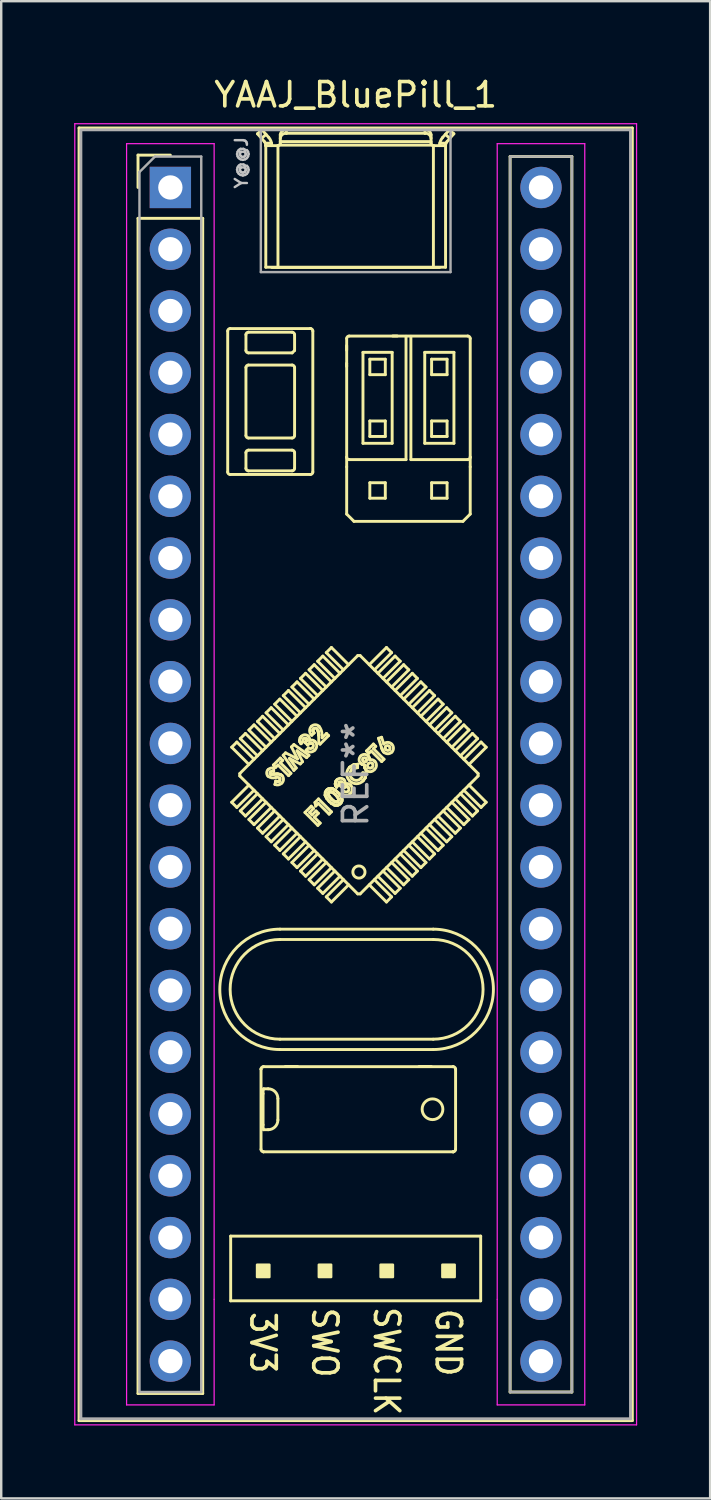
<source format=kicad_pcb>
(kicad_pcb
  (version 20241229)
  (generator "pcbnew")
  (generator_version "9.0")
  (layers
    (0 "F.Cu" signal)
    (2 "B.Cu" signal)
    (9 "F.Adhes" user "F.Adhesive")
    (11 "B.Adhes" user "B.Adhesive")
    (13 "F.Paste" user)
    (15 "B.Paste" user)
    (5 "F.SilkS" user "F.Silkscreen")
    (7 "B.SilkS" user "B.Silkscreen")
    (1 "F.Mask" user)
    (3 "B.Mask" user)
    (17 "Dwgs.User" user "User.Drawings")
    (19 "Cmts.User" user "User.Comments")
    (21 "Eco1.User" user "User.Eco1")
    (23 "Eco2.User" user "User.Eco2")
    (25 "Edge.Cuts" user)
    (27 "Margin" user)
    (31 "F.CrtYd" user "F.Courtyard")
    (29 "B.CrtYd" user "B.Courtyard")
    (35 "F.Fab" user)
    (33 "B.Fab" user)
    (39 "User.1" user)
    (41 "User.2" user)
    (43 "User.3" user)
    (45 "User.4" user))
  (footprint "YAAJ_BluePill_1"
    (layer "F.Cu")
    (at 3.955 4.658)
    (property "Reference" "YAAJ_BluePill_1" (at 7.62 -3.81 0) (layer "F.SilkS") (effects (font (size 1 1) (thickness 0.15))))
    (attr through_hole)
    (fp_line (start -3.755 -2.445) (end 18.995 -2.445) (stroke (width 0.12) (type solid)) (layer "F.SilkS"))
    (fp_line (start -3.755 50.705) (end -3.755 -2.445) (stroke (width 0.12) (type solid)) (layer "F.SilkS"))
    (fp_line (start -1.33 -1.33) (end 0 -1.33) (stroke (width 0.12) (type solid)) (layer "F.SilkS"))
    (fp_line (start -1.33 0) (end -1.33 -1.33) (stroke (width 0.12) (type solid)) (layer "F.SilkS"))
    (fp_line (start -1.33 1.27) (end 1.33 1.27) (stroke (width 0.12) (type solid)) (layer "F.SilkS"))
    (fp_line (start -1.33 49.59) (end -1.33 1.27) (stroke (width 0.12) (type solid)) (layer "F.SilkS"))
    (fp_line (start 1.33 1.27) (end 1.33 49.59) (stroke (width 0.12) (type solid)) (layer "F.SilkS"))
    (fp_line (start 1.33 49.59) (end -1.33 49.59) (stroke (width 0.12) (type solid)) (layer "F.SilkS"))
    (fp_line (start 2.358 5.902) (end 2.358 11.702) (stroke (width 0.12) (type solid)) (layer "F.SilkS"))
    (fp_line (start 2.458 11.802) (end 5.758 11.802) (stroke (width 0.12) (type solid)) (layer "F.SilkS"))
    (fp_line (start 2.48 43.12) (end 2.48 45.78) (stroke (width 0.12) (type solid)) (layer "F.SilkS"))
    (fp_line (start 2.48 45.78) (end 12.76 45.78) (stroke (width 0.12) (type solid)) (layer "F.SilkS"))
    (fp_line (start 2.522 23.017) (end 3.229 23.724) (stroke (width 0.12) (type solid)) (layer "F.SilkS"))
    (fp_line (start 2.522 25.28) (end 3.229 24.573) (stroke (width 0.12) (type solid)) (layer "F.SilkS"))
    (fp_line (start 2.734 22.805) (end 2.522 23.017) (stroke (width 0.12) (type solid)) (layer "F.SilkS"))
    (fp_line (start 2.734 22.805) (end 3.441 23.512) (stroke (width 0.12) (type solid)) (layer "F.SilkS"))
    (fp_line (start 2.734 25.492) (end 2.522 25.28) (stroke (width 0.12) (type solid)) (layer "F.SilkS"))
    (fp_line (start 2.734 25.492) (end 3.441 24.785) (stroke (width 0.12) (type solid)) (layer "F.SilkS"))
    (fp_line (start 2.855 24.199) (end 2.855 24.099) (stroke (width 0.12) (type solid)) (layer "F.SilkS"))
    (fp_line (start 2.855 24.199) (end 7.704 29.048) (stroke (width 0.12) (type solid)) (layer "F.SilkS"))
    (fp_line (start 2.875 22.664) (end 3.583 23.371) (stroke (width 0.12) (type solid)) (layer "F.SilkS"))
    (fp_line (start 2.875 25.634) (end 3.583 24.926) (stroke (width 0.12) (type solid)) (layer "F.SilkS"))
    (fp_line (start 3.088 22.452) (end 2.875 22.664) (stroke (width 0.12) (type solid)) (layer "F.SilkS"))
    (fp_line (start 3.088 22.452) (end 3.795 23.159) (stroke (width 0.12) (type solid)) (layer "F.SilkS"))
    (fp_line (start 3.088 25.846) (end 2.875 25.634) (stroke (width 0.12) (type solid)) (layer "F.SilkS"))
    (fp_line (start 3.088 25.846) (end 3.795 25.139) (stroke (width 0.12) (type solid)) (layer "F.SilkS"))
    (fp_line (start 3.108 6.702) (end 3.108 6.052) (stroke (width 0.12) (type solid)) (layer "F.SilkS"))
    (fp_line (start 3.108 10.202) (end 3.108 7.402) (stroke (width 0.12) (type solid)) (layer "F.SilkS"))
    (fp_line (start 3.108 11.552) (end 3.108 10.902) (stroke (width 0.12) (type solid)) (layer "F.SilkS"))
    (fp_line (start 3.208 5.952) (end 5.008 5.952) (stroke (width 0.12) (type solid)) (layer "F.SilkS"))
    (fp_line (start 3.208 7.302) (end 5.008 7.302) (stroke (width 0.12) (type solid)) (layer "F.SilkS"))
    (fp_line (start 3.208 10.802) (end 5.008 10.802) (stroke (width 0.12) (type solid)) (layer "F.SilkS"))
    (fp_line (start 3.229 22.31) (end 3.936 23.017) (stroke (width 0.12) (type solid)) (layer "F.SilkS"))
    (fp_line (start 3.229 25.987) (end 3.936 25.28) (stroke (width 0.12) (type solid)) (layer "F.SilkS"))
    (fp_line (start 3.441 22.098) (end 3.229 22.31) (stroke (width 0.12) (type solid)) (layer "F.SilkS"))
    (fp_line (start 3.441 22.098) (end 4.148 22.805) (stroke (width 0.12) (type solid)) (layer "F.SilkS"))
    (fp_line (start 3.441 26.199) (end 3.229 25.987) (stroke (width 0.12) (type solid)) (layer "F.SilkS"))
    (fp_line (start 3.441 26.199) (end 4.148 25.492) (stroke (width 0.12) (type solid)) (layer "F.SilkS"))
    (fp_line (start 3.583 -2.207) (end 3.861 -1.891) (stroke (width 0.12) (type solid)) (layer "F.SilkS"))
    (fp_line (start 3.583 21.957) (end 4.29 22.664) (stroke (width 0.12) (type solid)) (layer "F.SilkS"))
    (fp_line (start 3.583 26.341) (end 4.29 25.634) (stroke (width 0.12) (type solid)) (layer "F.SilkS"))
    (fp_line (start 3.728 36.253) (end 3.728 39.553) (stroke (width 0.12) (type solid)) (layer "F.SilkS"))
    (fp_line (start 3.728 36.252) (end 3.728 36.253) (stroke (width 0.12) (type solid)) (layer "F.SilkS"))
    (fp_line (start 3.748 -2.02) (end 3.933 -2.182) (stroke (width 0.12) (type solid)) (layer "F.SilkS"))
    (fp_line (start 3.767 -2.37) (end 3.583 -2.207) (stroke (width 0.12) (type solid)) (layer "F.SilkS"))
    (fp_line (start 3.795 21.744) (end 3.583 21.957) (stroke (width 0.12) (type solid)) (layer "F.SilkS"))
    (fp_line (start 3.795 21.744) (end 4.502 22.452) (stroke (width 0.12) (type solid)) (layer "F.SilkS"))
    (fp_line (start 3.795 26.553) (end 3.583 26.341) (stroke (width 0.12) (type solid)) (layer "F.SilkS"))
    (fp_line (start 3.795 26.553) (end 4.502 25.846) (stroke (width 0.12) (type solid)) (layer "F.SilkS"))
    (fp_line (start 3.812 38.544) (end 3.812 37.262) (stroke (width 0.12) (type solid)) (layer "F.SilkS"))
    (fp_line (start 3.827 39.653) (end 3.828 39.653) (stroke (width 0.12) (type solid)) (layer "F.SilkS"))
    (fp_line (start 3.828 36.153) (end 3.827 36.153) (stroke (width 0.12) (type solid)) (layer "F.SilkS"))
    (fp_line (start 3.828 36.153) (end 11.628 36.153) (stroke (width 0.12) (type solid)) (layer "F.SilkS"))
    (fp_line (start 3.828 39.653) (end 11.628 39.653) (stroke (width 0.12) (type solid)) (layer "F.SilkS"))
    (fp_line (start 3.834 38.744) (end 4.021 38.744) (stroke (width 0.12) (type solid)) (layer "F.SilkS"))
    (fp_line (start 3.924 -1.728) (end 3.929 -1.72) (stroke (width 0.12) (type solid)) (layer "F.SilkS"))
    (fp_line (start 3.924 -1.726) (end 3.924 -1.728) (stroke (width 0.12) (type solid)) (layer "F.SilkS"))
    (fp_line (start 3.924 -1.726) (end 3.924 3.28) (stroke (width 0.12) (type solid)) (layer "F.SilkS"))
    (fp_line (start 3.929 -1.72) (end 3.93 -1.72) (stroke (width 0.12) (type solid)) (layer "F.SilkS"))
    (fp_line (start 3.93 -1.72) (end 4.42 -1.72) (stroke (width 0.12) (type solid)) (layer "F.SilkS"))
    (fp_line (start 3.936 21.603) (end 4.643 22.31) (stroke (width 0.12) (type solid)) (layer "F.SilkS"))
    (fp_line (start 3.936 26.694) (end 4.643 25.987) (stroke (width 0.12) (type solid)) (layer "F.SilkS"))
    (fp_line (start 4.021 37.062) (end 3.834 37.062) (stroke (width 0.12) (type solid)) (layer "F.SilkS"))
    (fp_line (start 4.045 -2.055) (end 3.767 -2.37) (stroke (width 0.12) (type solid)) (layer "F.SilkS"))
    (fp_line (start 4.108 24.11) (end 4.126 24.122) (stroke (width 0.12) (type solid)) (layer "F.SilkS"))
    (fp_line (start 4.108 24.11) (end 4.126 24.122) (stroke (width 0.12) (type solid)) (layer "F.SilkS"))
    (fp_line (start 4.126 24.122) (end 4.142 24.127) (stroke (width 0.12) (type solid)) (layer "F.SilkS"))
    (fp_line (start 4.126 24.122) (end 4.142 24.127) (stroke (width 0.12) (type solid)) (layer "F.SilkS"))
    (fp_line (start 4.142 24.127) (end 4.221 24.127) (stroke (width 0.12) (type solid)) (layer "F.SilkS"))
    (fp_line (start 4.142 24.127) (end 4.221 24.127) (stroke (width 0.12) (type solid)) (layer "F.SilkS"))
    (fp_line (start 4.148 21.391) (end 3.936 21.603) (stroke (width 0.12) (type solid)) (layer "F.SilkS"))
    (fp_line (start 4.148 21.391) (end 4.855 22.098) (stroke (width 0.12) (type solid)) (layer "F.SilkS"))
    (fp_line (start 4.148 26.906) (end 3.936 26.694) (stroke (width 0.12) (type solid)) (layer "F.SilkS"))
    (fp_line (start 4.148 26.906) (end 4.855 26.199) (stroke (width 0.12) (type solid)) (layer "F.SilkS"))
    (fp_line (start 4.161 -1.82) (end 3.905 -1.82) (stroke (width 0.12) (type solid)) (layer "F.SilkS"))
    (fp_line (start 4.17 -1.72) (end 4.17 -1.724) (stroke (width 0.12) (type solid)) (layer "F.SilkS"))
    (fp_line (start 4.221 24.127) (end 4.283 24.123) (stroke (width 0.12) (type solid)) (layer "F.SilkS"))
    (fp_line (start 4.221 24.127) (end 4.283 24.123) (stroke (width 0.12) (type solid)) (layer "F.SilkS"))
    (fp_line (start 4.236 23.749) (end 4.522 23.463) (stroke (width 0.12) (type solid)) (layer "F.SilkS"))
    (fp_line (start 4.253 23.874) (end 4.247 24.011) (stroke (width 0.12) (type solid)) (layer "F.SilkS"))
    (fp_line (start 4.283 24.123) (end 4.355 24.118) (stroke (width 0.12) (type solid)) (layer "F.SilkS"))
    (fp_line (start 4.283 24.123) (end 4.355 24.118) (stroke (width 0.12) (type solid)) (layer "F.SilkS"))
    (fp_line (start 4.29 21.249) (end 4.997 21.957) (stroke (width 0.12) (type solid)) (layer "F.SilkS"))
    (fp_line (start 4.29 27.048) (end 4.997 26.341) (stroke (width 0.12) (type solid)) (layer "F.SilkS"))
    (fp_line (start 4.3 24.547) (end 4.334 24.413) (stroke (width 0.12) (type solid)) (layer "F.SilkS"))
    (fp_line (start 4.331 23.844) (end 4.236 23.749) (stroke (width 0.12) (type solid)) (layer "F.SilkS"))
    (fp_line (start 4.334 24.413) (end 4.424 24.424) (stroke (width 0.12) (type solid)) (layer "F.SilkS"))
    (fp_line (start 4.334 24.413) (end 4.424 24.424) (stroke (width 0.12) (type solid)) (layer "F.SilkS"))
    (fp_line (start 4.355 24.118) (end 4.412 24.116) (stroke (width 0.12) (type solid)) (layer "F.SilkS"))
    (fp_line (start 4.355 24.118) (end 4.412 24.116) (stroke (width 0.12) (type solid)) (layer "F.SilkS"))
    (fp_line (start 4.412 24.116) (end 4.518 24.135) (stroke (width 0.12) (type solid)) (layer "F.SilkS"))
    (fp_line (start 4.412 24.116) (end 4.518 24.135) (stroke (width 0.12) (type solid)) (layer "F.SilkS"))
    (fp_line (start 4.42 -1.72) (end 4.424 -1.72) (stroke (width 0.12) (type solid)) (layer "F.SilkS"))
    (fp_line (start 4.421 37.462) (end 4.421 38.344) (stroke (width 0.12) (type solid)) (layer "F.SilkS"))
    (fp_line (start 4.424 -1.72) (end 4.424 3.29) (stroke (width 0.12) (type solid)) (layer "F.SilkS"))
    (fp_line (start 4.424 24.424) (end 4.459 24.415) (stroke (width 0.12) (type solid)) (layer "F.SilkS"))
    (fp_line (start 4.424 24.424) (end 4.459 24.415) (stroke (width 0.12) (type solid)) (layer "F.SilkS"))
    (fp_line (start 4.427 23.749) (end 4.331 23.844) (stroke (width 0.12) (type solid)) (layer "F.SilkS"))
    (fp_line (start 4.459 24.415) (end 4.489 24.394) (stroke (width 0.12) (type solid)) (layer "F.SilkS"))
    (fp_line (start 4.459 24.415) (end 4.489 24.394) (stroke (width 0.12) (type solid)) (layer "F.SilkS"))
    (fp_line (start 4.502 21.037) (end 4.29 21.249) (stroke (width 0.12) (type solid)) (layer "F.SilkS"))
    (fp_line (start 4.502 21.037) (end 5.209 21.744) (stroke (width 0.12) (type solid)) (layer "F.SilkS"))
    (fp_line (start 4.502 27.26) (end 4.29 27.048) (stroke (width 0.12) (type solid)) (layer "F.SilkS"))
    (fp_line (start 4.502 27.26) (end 5.209 26.553) (stroke (width 0.12) (type solid)) (layer "F.SilkS"))
    (fp_line (start 4.508 30.923) (end 10.808 30.923) (stroke (width 0.12) (type solid)) (layer "F.SilkS"))
    (fp_line (start 4.508 35.448) (end 10.808 35.448) (stroke (width 0.12) (type solid)) (layer "F.SilkS"))
    (fp_line (start 4.518 24.135) (end 4.588 24.183) (stroke (width 0.12) (type solid)) (layer "F.SilkS"))
    (fp_line (start 4.518 24.135) (end 4.588 24.183) (stroke (width 0.12) (type solid)) (layer "F.SilkS"))
    (fp_line (start 4.52 -2.165) (end 4.52 -1.82) (stroke (width 0.12) (type solid)) (layer "F.SilkS"))
    (fp_line (start 4.52 -1.885) (end 10.72 -1.885) (stroke (width 0.12) (type solid)) (layer "F.SilkS"))
    (fp_line (start 4.522 23.463) (end 4.617 23.559) (stroke (width 0.12) (type solid)) (layer "F.SilkS"))
    (fp_line (start 4.522 23.654) (end 4.957 24.089) (stroke (width 0.12) (type solid)) (layer "F.SilkS"))
    (fp_line (start 4.617 23.559) (end 4.522 23.654) (stroke (width 0.12) (type solid)) (layer "F.SilkS"))
    (fp_line (start 4.639 23.347) (end 4.737 23.248) (stroke (width 0.12) (type solid)) (layer "F.SilkS"))
    (fp_line (start 4.643 20.896) (end 5.35 21.603) (stroke (width 0.12) (type solid)) (layer "F.SilkS"))
    (fp_line (start 4.643 27.401) (end 5.35 26.694) (stroke (width 0.12) (type solid)) (layer "F.SilkS"))
    (fp_line (start 4.737 23.248) (end 5.228 23.497) (stroke (width 0.12) (type solid)) (layer "F.SilkS"))
    (fp_line (start 4.77 -2.227) (end 4.77 -2.37) (stroke (width 0.12) (type solid)) (layer "F.SilkS"))
    (fp_line (start 4.855 20.684) (end 4.643 20.896) (stroke (width 0.12) (type solid)) (layer "F.SilkS"))
    (fp_line (start 4.855 20.684) (end 5.562 21.391) (stroke (width 0.12) (type solid)) (layer "F.SilkS"))
    (fp_line (start 4.855 27.613) (end 4.643 27.401) (stroke (width 0.12) (type solid)) (layer "F.SilkS"))
    (fp_line (start 4.855 27.613) (end 5.562 26.906) (stroke (width 0.12) (type solid)) (layer "F.SilkS"))
    (fp_line (start 4.862 24.184) (end 4.427 23.749) (stroke (width 0.12) (type solid)) (layer "F.SilkS"))
    (fp_line (start 4.897 23.479) (end 5.176 23.87) (stroke (width 0.12) (type solid)) (layer "F.SilkS"))
    (fp_line (start 4.957 24.089) (end 4.862 24.184) (stroke (width 0.12) (type solid)) (layer "F.SilkS"))
    (fp_line (start 4.98 23.005) (end 5.078 22.907) (stroke (width 0.12) (type solid)) (layer "F.SilkS"))
    (fp_line (start 4.997 20.542) (end 5.704 21.249) (stroke (width 0.12) (type solid)) (layer "F.SilkS"))
    (fp_line (start 4.997 27.755) (end 5.704 27.048) (stroke (width 0.12) (type solid)) (layer "F.SilkS"))
    (fp_line (start 5.008 6.802) (end 3.208 6.802) (stroke (width 0.12) (type solid)) (layer "F.SilkS"))
    (fp_line (start 5.008 10.302) (end 3.208 10.302) (stroke (width 0.12) (type solid)) (layer "F.SilkS"))
    (fp_line (start 5.008 11.652) (end 3.208 11.652) (stroke (width 0.12) (type solid)) (layer "F.SilkS"))
    (fp_line (start 5.078 22.907) (end 5.698 23.348) (stroke (width 0.12) (type solid)) (layer "F.SilkS"))
    (fp_line (start 5.079 23.967) (end 4.639 23.347) (stroke (width 0.12) (type solid)) (layer "F.SilkS"))
    (fp_line (start 5.108 6.052) (end 5.108 6.702) (stroke (width 0.12) (type solid)) (layer "F.SilkS"))
    (fp_line (start 5.108 6.702) (end 5.008 6.802) (stroke (width 0.12) (type solid)) (layer "F.SilkS"))
    (fp_line (start 5.108 7.402) (end 5.108 10.202) (stroke (width 0.12) (type solid)) (layer "F.SilkS"))
    (fp_line (start 5.108 10.902) (end 5.108 11.552) (stroke (width 0.12) (type solid)) (layer "F.SilkS"))
    (fp_line (start 5.176 23.87) (end 5.079 23.967) (stroke (width 0.12) (type solid)) (layer "F.SilkS"))
    (fp_line (start 5.209 20.33) (end 4.997 20.542) (stroke (width 0.12) (type solid)) (layer "F.SilkS"))
    (fp_line (start 5.209 20.33) (end 5.916 21.037) (stroke (width 0.12) (type solid)) (layer "F.SilkS"))
    (fp_line (start 5.209 27.967) (end 4.997 27.755) (stroke (width 0.12) (type solid)) (layer "F.SilkS"))
    (fp_line (start 5.209 27.967) (end 5.916 27.26) (stroke (width 0.12) (type solid)) (layer "F.SilkS"))
    (fp_line (start 5.21 23.166) (end 5.435 23.611) (stroke (width 0.12) (type solid)) (layer "F.SilkS"))
    (fp_line (start 5.228 36.143) (end 4.728 36.143) (stroke (width 0.12) (type solid)) (layer "F.SilkS"))
    (fp_line (start 5.228 23.497) (end 4.98 23.005) (stroke (width 0.12) (type solid)) (layer "F.SilkS"))
    (fp_line (start 5.319 22.738) (end 5.339 22.637) (stroke (width 0.12) (type solid)) (layer "F.SilkS"))
    (fp_line (start 5.319 22.738) (end 5.339 22.637) (stroke (width 0.12) (type solid)) (layer "F.SilkS"))
    (fp_line (start 5.331 22.801) (end 5.319 22.738) (stroke (width 0.12) (type solid)) (layer "F.SilkS"))
    (fp_line (start 5.331 22.801) (end 5.319 22.738) (stroke (width 0.12) (type solid)) (layer "F.SilkS"))
    (fp_line (start 5.339 22.637) (end 5.387 22.571) (stroke (width 0.12) (type solid)) (layer "F.SilkS"))
    (fp_line (start 5.339 22.637) (end 5.387 22.571) (stroke (width 0.12) (type solid)) (layer "F.SilkS"))
    (fp_line (start 5.342 23.704) (end 4.897 23.479) (stroke (width 0.12) (type solid)) (layer "F.SilkS"))
    (fp_line (start 5.35 20.189) (end 6.057 20.896) (stroke (width 0.12) (type solid)) (layer "F.SilkS"))
    (fp_line (start 5.35 28.108) (end 6.057 27.401) (stroke (width 0.12) (type solid)) (layer "F.SilkS"))
    (fp_line (start 5.372 22.872) (end 5.331 22.801) (stroke (width 0.12) (type solid)) (layer "F.SilkS"))
    (fp_line (start 5.372 22.872) (end 5.331 22.801) (stroke (width 0.12) (type solid)) (layer "F.SilkS"))
    (fp_line (start 5.435 23.611) (end 5.342 23.704) (stroke (width 0.12) (type solid)) (layer "F.SilkS"))
    (fp_line (start 5.467 22.777) (end 5.372 22.872) (stroke (width 0.12) (type solid)) (layer "F.SilkS"))
    (fp_line (start 5.535 25.7) (end 5.793 25.442) (stroke (width 0.12) (type solid)) (layer "F.SilkS"))
    (fp_line (start 5.549 22.831) (end 5.6 22.752) (stroke (width 0.12) (type solid)) (layer "F.SilkS"))
    (fp_line (start 5.549 22.831) (end 5.6 22.752) (stroke (width 0.12) (type solid)) (layer "F.SilkS"))
    (fp_line (start 5.562 19.977) (end 5.35 20.189) (stroke (width 0.12) (type solid)) (layer "F.SilkS"))
    (fp_line (start 5.562 19.977) (end 6.27 20.684) (stroke (width 0.12) (type solid)) (layer "F.SilkS"))
    (fp_line (start 5.562 28.321) (end 5.35 28.108) (stroke (width 0.12) (type solid)) (layer "F.SilkS"))
    (fp_line (start 5.562 28.321) (end 6.27 27.613) (stroke (width 0.12) (type solid)) (layer "F.SilkS"))
    (fp_line (start 5.583 23.137) (end 5.678 23.042) (stroke (width 0.12) (type solid)) (layer "F.SilkS"))
    (fp_line (start 5.598 22.683) (end 5.585 22.664) (stroke (width 0.12) (type solid)) (layer "F.SilkS"))
    (fp_line (start 5.598 22.683) (end 5.585 22.664) (stroke (width 0.12) (type solid)) (layer "F.SilkS"))
    (fp_line (start 5.6 22.752) (end 5.605 22.706) (stroke (width 0.12) (type solid)) (layer "F.SilkS"))
    (fp_line (start 5.6 22.752) (end 5.605 22.706) (stroke (width 0.12) (type solid)) (layer "F.SilkS"))
    (fp_line (start 5.602 23.444) (end 5.21 23.166) (stroke (width 0.12) (type solid)) (layer "F.SilkS"))
    (fp_line (start 5.605 22.706) (end 5.598 22.683) (stroke (width 0.12) (type solid)) (layer "F.SilkS"))
    (fp_line (start 5.605 22.706) (end 5.598 22.683) (stroke (width 0.12) (type solid)) (layer "F.SilkS"))
    (fp_line (start 5.637 22.92) (end 5.549 22.831) (stroke (width 0.12) (type solid)) (layer "F.SilkS"))
    (fp_line (start 5.698 23.348) (end 5.602 23.444) (stroke (width 0.12) (type solid)) (layer "F.SilkS"))
    (fp_line (start 5.704 19.835) (end 6.411 20.542) (stroke (width 0.12) (type solid)) (layer "F.SilkS"))
    (fp_line (start 5.704 28.462) (end 6.411 27.755) (stroke (width 0.12) (type solid)) (layer "F.SilkS"))
    (fp_line (start 5.725 25.7) (end 5.827 25.802) (stroke (width 0.12) (type solid)) (layer "F.SilkS"))
    (fp_line (start 5.738 22.854) (end 5.637 22.92) (stroke (width 0.12) (type solid)) (layer "F.SilkS"))
    (fp_line (start 5.738 22.854) (end 5.637 22.92) (stroke (width 0.12) (type solid)) (layer "F.SilkS"))
    (fp_line (start 5.758 5.802) (end 2.458 5.802) (stroke (width 0.12) (type solid)) (layer "F.SilkS"))
    (fp_line (start 5.762 5.802) (end 5.758 5.802) (stroke (width 0.12) (type solid)) (layer "F.SilkS"))
    (fp_line (start 5.793 25.442) (end 5.888 25.537) (stroke (width 0.12) (type solid)) (layer "F.SilkS"))
    (fp_line (start 5.798 22.849) (end 5.738 22.854) (stroke (width 0.12) (type solid)) (layer "F.SilkS"))
    (fp_line (start 5.798 22.849) (end 5.738 22.854) (stroke (width 0.12) (type solid)) (layer "F.SilkS"))
    (fp_line (start 5.827 25.802) (end 5.99 25.639) (stroke (width 0.12) (type solid)) (layer "F.SilkS"))
    (fp_line (start 5.827 22.858) (end 5.798 22.849) (stroke (width 0.12) (type solid)) (layer "F.SilkS"))
    (fp_line (start 5.827 22.858) (end 5.798 22.849) (stroke (width 0.12) (type solid)) (layer "F.SilkS"))
    (fp_line (start 5.852 22.876) (end 5.827 22.858) (stroke (width 0.12) (type solid)) (layer "F.SilkS"))
    (fp_line (start 5.852 22.876) (end 5.827 22.858) (stroke (width 0.12) (type solid)) (layer "F.SilkS"))
    (fp_line (start 5.858 11.702) (end 5.858 5.902) (stroke (width 0.12) (type solid)) (layer "F.SilkS"))
    (fp_line (start 5.862 22.307) (end 5.866 22.36) (stroke (width 0.12) (type solid)) (layer "F.SilkS"))
    (fp_line (start 5.862 22.307) (end 5.866 22.36) (stroke (width 0.12) (type solid)) (layer "F.SilkS"))
    (fp_line (start 5.866 22.36) (end 5.909 22.43) (stroke (width 0.12) (type solid)) (layer "F.SilkS"))
    (fp_line (start 5.866 22.36) (end 5.909 22.43) (stroke (width 0.12) (type solid)) (layer "F.SilkS"))
    (fp_line (start 5.887 22.261) (end 5.862 22.307) (stroke (width 0.12) (type solid)) (layer "F.SilkS"))
    (fp_line (start 5.887 22.261) (end 5.862 22.307) (stroke (width 0.12) (type solid)) (layer "F.SilkS"))
    (fp_line (start 5.888 25.537) (end 5.725 25.7) (stroke (width 0.12) (type solid)) (layer "F.SilkS"))
    (fp_line (start 5.909 22.43) (end 5.814 22.525) (stroke (width 0.12) (type solid)) (layer "F.SilkS"))
    (fp_line (start 5.916 19.623) (end 5.704 19.835) (stroke (width 0.12) (type solid)) (layer "F.SilkS"))
    (fp_line (start 5.916 19.623) (end 6.623 20.33) (stroke (width 0.12) (type solid)) (layer "F.SilkS"))
    (fp_line (start 5.916 28.674) (end 5.704 28.462) (stroke (width 0.12) (type solid)) (layer "F.SilkS"))
    (fp_line (start 5.916 28.674) (end 6.623 27.967) (stroke (width 0.12) (type solid)) (layer "F.SilkS"))
    (fp_line (start 5.922 25.898) (end 6.16 26.136) (stroke (width 0.12) (type solid)) (layer "F.SilkS"))
    (fp_line (start 5.945 25.29) (end 6.092 25.143) (stroke (width 0.12) (type solid)) (layer "F.SilkS"))
    (fp_line (start 5.977 25.435) (end 5.945 25.29) (stroke (width 0.12) (type solid)) (layer "F.SilkS"))
    (fp_line (start 5.99 25.639) (end 6.086 25.734) (stroke (width 0.12) (type solid)) (layer "F.SilkS"))
    (fp_line (start 6.057 19.482) (end 6.765 20.189) (stroke (width 0.12) (type solid)) (layer "F.SilkS"))
    (fp_line (start 6.057 28.815) (end 6.765 28.108) (stroke (width 0.12) (type solid)) (layer "F.SilkS"))
    (fp_line (start 6.065 26.231) (end 5.535 25.7) (stroke (width 0.12) (type solid)) (layer "F.SilkS"))
    (fp_line (start 6.08 22.368) (end 6.027 22.263) (stroke (width 0.12) (type solid)) (layer "F.SilkS"))
    (fp_line (start 6.08 22.368) (end 6.027 22.263) (stroke (width 0.12) (type solid)) (layer "F.SilkS"))
    (fp_line (start 6.086 25.326) (end 5.977 25.435) (stroke (width 0.12) (type solid)) (layer "F.SilkS"))
    (fp_line (start 6.086 25.734) (end 5.922 25.898) (stroke (width 0.12) (type solid)) (layer "F.SilkS"))
    (fp_line (start 6.092 25.143) (end 6.623 25.673) (stroke (width 0.12) (type solid)) (layer "F.SilkS"))
    (fp_line (start 6.095 22.52) (end 6.08 22.368) (stroke (width 0.12) (type solid)) (layer "F.SilkS"))
    (fp_line (start 6.095 22.52) (end 6.08 22.368) (stroke (width 0.12) (type solid)) (layer "F.SilkS"))
    (fp_line (start 6.105 22.844) (end 6.095 22.52) (stroke (width 0.12) (type solid)) (layer "F.SilkS"))
    (fp_line (start 6.154 22.892) (end 6.105 22.844) (stroke (width 0.12) (type solid)) (layer "F.SilkS"))
    (fp_line (start 6.16 26.136) (end 6.065 26.231) (stroke (width 0.12) (type solid)) (layer "F.SilkS"))
    (fp_line (start 6.232 22.51) (end 6.24 22.629) (stroke (width 0.12) (type solid)) (layer "F.SilkS"))
    (fp_line (start 6.24 22.629) (end 6.419 22.45) (stroke (width 0.12) (type solid)) (layer "F.SilkS"))
    (fp_line (start 6.27 19.27) (end 6.057 19.482) (stroke (width 0.12) (type solid)) (layer "F.SilkS"))
    (fp_line (start 6.27 19.27) (end 6.977 19.977) (stroke (width 0.12) (type solid)) (layer "F.SilkS"))
    (fp_line (start 6.27 29.028) (end 6.057 28.815) (stroke (width 0.12) (type solid)) (layer "F.SilkS"))
    (fp_line (start 6.27 29.028) (end 6.977 28.321) (stroke (width 0.12) (type solid)) (layer "F.SilkS"))
    (fp_line (start 6.365 24.988) (end 6.373 24.863) (stroke (width 0.12) (type solid)) (layer "F.SilkS"))
    (fp_line (start 6.365 24.988) (end 6.373 24.863) (stroke (width 0.12) (type solid)) (layer "F.SilkS"))
    (fp_line (start 6.373 24.863) (end 6.427 24.781) (stroke (width 0.12) (type solid)) (layer "F.SilkS"))
    (fp_line (start 6.373 24.863) (end 6.427 24.781) (stroke (width 0.12) (type solid)) (layer "F.SilkS"))
    (fp_line (start 6.411 19.128) (end 7.118 19.835) (stroke (width 0.12) (type solid)) (layer "F.SilkS"))
    (fp_line (start 6.411 29.169) (end 7.118 28.462) (stroke (width 0.12) (type solid)) (layer "F.SilkS"))
    (fp_line (start 6.419 22.45) (end 6.507 22.539) (stroke (width 0.12) (type solid)) (layer "F.SilkS"))
    (fp_line (start 6.421 25.111) (end 6.365 24.988) (stroke (width 0.12) (type solid)) (layer "F.SilkS"))
    (fp_line (start 6.421 25.111) (end 6.365 24.988) (stroke (width 0.12) (type solid)) (layer "F.SilkS"))
    (fp_line (start 6.427 24.781) (end 6.48 24.74) (stroke (width 0.12) (type solid)) (layer "F.SilkS"))
    (fp_line (start 6.427 24.781) (end 6.48 24.74) (stroke (width 0.12) (type solid)) (layer "F.SilkS"))
    (fp_line (start 6.48 24.74) (end 6.541 24.715) (stroke (width 0.12) (type solid)) (layer "F.SilkS"))
    (fp_line (start 6.48 24.74) (end 6.541 24.715) (stroke (width 0.12) (type solid)) (layer "F.SilkS"))
    (fp_line (start 6.496 24.948) (end 6.524 25.024) (stroke (width 0.12) (type solid)) (layer "F.SilkS"))
    (fp_line (start 6.496 24.948) (end 6.524 25.024) (stroke (width 0.12) (type solid)) (layer "F.SilkS"))
    (fp_line (start 6.503 24.908) (end 6.496 24.948) (stroke (width 0.12) (type solid)) (layer "F.SilkS"))
    (fp_line (start 6.503 24.908) (end 6.496 24.948) (stroke (width 0.12) (type solid)) (layer "F.SilkS"))
    (fp_line (start 6.507 22.539) (end 6.154 22.892) (stroke (width 0.12) (type solid)) (layer "F.SilkS"))
    (fp_line (start 6.524 25.024) (end 6.629 25.149) (stroke (width 0.12) (type solid)) (layer "F.SilkS"))
    (fp_line (start 6.524 25.024) (end 6.629 25.149) (stroke (width 0.12) (type solid)) (layer "F.SilkS"))
    (fp_line (start 6.525 24.874) (end 6.503 24.908) (stroke (width 0.12) (type solid)) (layer "F.SilkS"))
    (fp_line (start 6.525 24.874) (end 6.503 24.908) (stroke (width 0.12) (type solid)) (layer "F.SilkS"))
    (fp_line (start 6.528 25.768) (end 6.086 25.326) (stroke (width 0.12) (type solid)) (layer "F.SilkS"))
    (fp_line (start 6.533 25.243) (end 6.421 25.111) (stroke (width 0.12) (type solid)) (layer "F.SilkS"))
    (fp_line (start 6.533 25.243) (end 6.421 25.111) (stroke (width 0.12) (type solid)) (layer "F.SilkS"))
    (fp_line (start 6.541 24.715) (end 6.608 24.71) (stroke (width 0.12) (type solid)) (layer "F.SilkS"))
    (fp_line (start 6.541 24.715) (end 6.608 24.71) (stroke (width 0.12) (type solid)) (layer "F.SilkS"))
    (fp_line (start 6.558 24.852) (end 6.525 24.874) (stroke (width 0.12) (type solid)) (layer "F.SilkS"))
    (fp_line (start 6.558 24.852) (end 6.525 24.874) (stroke (width 0.12) (type solid)) (layer "F.SilkS"))
    (fp_line (start 6.597 24.848) (end 6.558 24.852) (stroke (width 0.12) (type solid)) (layer "F.SilkS"))
    (fp_line (start 6.597 24.848) (end 6.558 24.852) (stroke (width 0.12) (type solid)) (layer "F.SilkS"))
    (fp_line (start 6.608 24.71) (end 6.673 24.725) (stroke (width 0.12) (type solid)) (layer "F.SilkS"))
    (fp_line (start 6.608 24.71) (end 6.673 24.725) (stroke (width 0.12) (type solid)) (layer "F.SilkS"))
    (fp_line (start 6.623 25.673) (end 6.528 25.768) (stroke (width 0.12) (type solid)) (layer "F.SilkS"))
    (fp_line (start 6.623 18.916) (end 6.411 19.128) (stroke (width 0.12) (type solid)) (layer "F.SilkS"))
    (fp_line (start 6.623 18.916) (end 7.33 19.623) (stroke (width 0.12) (type solid)) (layer "F.SilkS"))
    (fp_line (start 6.623 29.381) (end 6.411 29.169) (stroke (width 0.12) (type solid)) (layer "F.SilkS"))
    (fp_line (start 6.623 29.381) (end 7.33 28.674) (stroke (width 0.12) (type solid)) (layer "F.SilkS"))
    (fp_line (start 6.629 25.149) (end 6.749 25.246) (stroke (width 0.12) (type solid)) (layer "F.SilkS"))
    (fp_line (start 6.629 25.149) (end 6.749 25.246) (stroke (width 0.12) (type solid)) (layer "F.SilkS"))
    (fp_line (start 6.631 25.331) (end 6.533 25.243) (stroke (width 0.12) (type solid)) (layer "F.SilkS"))
    (fp_line (start 6.631 25.331) (end 6.533 25.243) (stroke (width 0.12) (type solid)) (layer "F.SilkS"))
    (fp_line (start 6.671 24.873) (end 6.597 24.848) (stroke (width 0.12) (type solid)) (layer "F.SilkS"))
    (fp_line (start 6.671 24.873) (end 6.597 24.848) (stroke (width 0.12) (type solid)) (layer "F.SilkS"))
    (fp_line (start 6.673 24.725) (end 6.788 24.789) (stroke (width 0.12) (type solid)) (layer "F.SilkS"))
    (fp_line (start 6.673 24.725) (end 6.788 24.789) (stroke (width 0.12) (type solid)) (layer "F.SilkS"))
    (fp_line (start 6.746 25.394) (end 6.631 25.331) (stroke (width 0.12) (type solid)) (layer "F.SilkS"))
    (fp_line (start 6.746 25.394) (end 6.631 25.331) (stroke (width 0.12) (type solid)) (layer "F.SilkS"))
    (fp_line (start 6.749 25.246) (end 6.822 25.268) (stroke (width 0.12) (type solid)) (layer "F.SilkS"))
    (fp_line (start 6.749 25.246) (end 6.822 25.268) (stroke (width 0.12) (type solid)) (layer "F.SilkS"))
    (fp_line (start 6.781 24.526) (end 6.801 24.425) (stroke (width 0.12) (type solid)) (layer "F.SilkS"))
    (fp_line (start 6.781 24.526) (end 6.801 24.425) (stroke (width 0.12) (type solid)) (layer "F.SilkS"))
    (fp_line (start 6.788 24.789) (end 6.888 24.878) (stroke (width 0.12) (type solid)) (layer "F.SilkS"))
    (fp_line (start 6.788 24.789) (end 6.888 24.878) (stroke (width 0.12) (type solid)) (layer "F.SilkS"))
    (fp_line (start 6.793 24.973) (end 6.671 24.873) (stroke (width 0.12) (type solid)) (layer "F.SilkS"))
    (fp_line (start 6.793 24.973) (end 6.671 24.873) (stroke (width 0.12) (type solid)) (layer "F.SilkS"))
    (fp_line (start 6.793 24.589) (end 6.781 24.526) (stroke (width 0.12) (type solid)) (layer "F.SilkS"))
    (fp_line (start 6.793 24.589) (end 6.781 24.526) (stroke (width 0.12) (type solid)) (layer "F.SilkS"))
    (fp_line (start 6.801 24.425) (end 6.849 24.359) (stroke (width 0.12) (type solid)) (layer "F.SilkS"))
    (fp_line (start 6.801 24.425) (end 6.849 24.359) (stroke (width 0.12) (type solid)) (layer "F.SilkS"))
    (fp_line (start 6.811 25.407) (end 6.746 25.394) (stroke (width 0.12) (type solid)) (layer "F.SilkS"))
    (fp_line (start 6.811 25.407) (end 6.746 25.394) (stroke (width 0.12) (type solid)) (layer "F.SilkS"))
    (fp_line (start 6.822 25.268) (end 6.86 25.262) (stroke (width 0.12) (type solid)) (layer "F.SilkS"))
    (fp_line (start 6.822 25.268) (end 6.86 25.262) (stroke (width 0.12) (type solid)) (layer "F.SilkS"))
    (fp_line (start 6.834 24.66) (end 6.793 24.589) (stroke (width 0.12) (type solid)) (layer "F.SilkS"))
    (fp_line (start 6.834 24.66) (end 6.793 24.589) (stroke (width 0.12) (type solid)) (layer "F.SilkS"))
    (fp_line (start 6.856 25.043) (end 6.793 24.973) (stroke (width 0.12) (type solid)) (layer "F.SilkS"))
    (fp_line (start 6.856 25.043) (end 6.793 24.973) (stroke (width 0.12) (type solid)) (layer "F.SilkS"))
    (fp_line (start 6.86 25.262) (end 6.892 25.241) (stroke (width 0.12) (type solid)) (layer "F.SilkS"))
    (fp_line (start 6.86 25.262) (end 6.892 25.241) (stroke (width 0.12) (type solid)) (layer "F.SilkS"))
    (fp_line (start 6.876 25.402) (end 6.811 25.407) (stroke (width 0.12) (type solid)) (layer "F.SilkS"))
    (fp_line (start 6.876 25.402) (end 6.811 25.407) (stroke (width 0.12) (type solid)) (layer "F.SilkS"))
    (fp_line (start 6.888 24.878) (end 6.976 24.977) (stroke (width 0.12) (type solid)) (layer "F.SilkS"))
    (fp_line (start 6.888 24.878) (end 6.976 24.977) (stroke (width 0.12) (type solid)) (layer "F.SilkS"))
    (fp_line (start 6.914 25.146) (end 6.856 25.043) (stroke (width 0.12) (type solid)) (layer "F.SilkS"))
    (fp_line (start 6.914 25.146) (end 6.856 25.043) (stroke (width 0.12) (type solid)) (layer "F.SilkS"))
    (fp_line (start 6.929 24.565) (end 6.834 24.66) (stroke (width 0.12) (type solid)) (layer "F.SilkS"))
    (fp_line (start 6.936 25.377) (end 6.876 25.402) (stroke (width 0.12) (type solid)) (layer "F.SilkS"))
    (fp_line (start 6.936 25.377) (end 6.876 25.402) (stroke (width 0.12) (type solid)) (layer "F.SilkS"))
    (fp_line (start 6.976 24.977) (end 7.041 25.092) (stroke (width 0.12) (type solid)) (layer "F.SilkS"))
    (fp_line (start 6.976 24.977) (end 7.041 25.092) (stroke (width 0.12) (type solid)) (layer "F.SilkS"))
    (fp_line (start 6.988 25.335) (end 6.936 25.377) (stroke (width 0.12) (type solid)) (layer "F.SilkS"))
    (fp_line (start 6.988 25.335) (end 6.936 25.377) (stroke (width 0.12) (type solid)) (layer "F.SilkS"))
    (fp_line (start 7.01 24.619) (end 7.062 24.54) (stroke (width 0.12) (type solid)) (layer "F.SilkS"))
    (fp_line (start 7.01 24.619) (end 7.062 24.54) (stroke (width 0.12) (type solid)) (layer "F.SilkS"))
    (fp_line (start 7.029 25.284) (end 6.988 25.335) (stroke (width 0.12) (type solid)) (layer "F.SilkS"))
    (fp_line (start 7.029 25.284) (end 6.988 25.335) (stroke (width 0.12) (type solid)) (layer "F.SilkS"))
    (fp_line (start 7.041 25.092) (end 7.057 25.157) (stroke (width 0.12) (type solid)) (layer "F.SilkS"))
    (fp_line (start 7.041 25.092) (end 7.057 25.157) (stroke (width 0.12) (type solid)) (layer "F.SilkS"))
    (fp_line (start 7.044 24.925) (end 7.14 24.83) (stroke (width 0.12) (type solid)) (layer "F.SilkS"))
    (fp_line (start 7.054 25.223) (end 7.029 25.284) (stroke (width 0.12) (type solid)) (layer "F.SilkS"))
    (fp_line (start 7.054 25.223) (end 7.029 25.284) (stroke (width 0.12) (type solid)) (layer "F.SilkS"))
    (fp_line (start 7.057 25.157) (end 7.054 25.223) (stroke (width 0.12) (type solid)) (layer "F.SilkS"))
    (fp_line (start 7.057 25.157) (end 7.054 25.223) (stroke (width 0.12) (type solid)) (layer "F.SilkS"))
    (fp_line (start 7.06 24.471) (end 7.047 24.452) (stroke (width 0.12) (type solid)) (layer "F.SilkS"))
    (fp_line (start 7.06 24.471) (end 7.047 24.452) (stroke (width 0.12) (type solid)) (layer "F.SilkS"))
    (fp_line (start 7.062 24.54) (end 7.067 24.494) (stroke (width 0.12) (type solid)) (layer "F.SilkS"))
    (fp_line (start 7.062 24.54) (end 7.067 24.494) (stroke (width 0.12) (type solid)) (layer "F.SilkS"))
    (fp_line (start 7.067 24.494) (end 7.06 24.471) (stroke (width 0.12) (type solid)) (layer "F.SilkS"))
    (fp_line (start 7.067 24.494) (end 7.06 24.471) (stroke (width 0.12) (type solid)) (layer "F.SilkS"))
    (fp_line (start 7.099 24.708) (end 7.01 24.619) (stroke (width 0.12) (type solid)) (layer "F.SilkS"))
    (fp_line (start 7.2 24.642) (end 7.099 24.708) (stroke (width 0.12) (type solid)) (layer "F.SilkS"))
    (fp_line (start 7.2 24.642) (end 7.099 24.708) (stroke (width 0.12) (type solid)) (layer "F.SilkS"))
    (fp_line (start 7.249 6.502) (end 7.249 6.691) (stroke (width 0.12) (type solid)) (layer "F.SilkS"))
    (fp_line (start 7.249 7.231) (end 7.249 7.265) (stroke (width 0.12) (type solid)) (layer "F.SilkS"))
    (fp_line (start 7.249 7.315) (end 7.249 7.359) (stroke (width 0.12) (type solid)) (layer "F.SilkS"))
    (fp_line (start 7.25 11.09) (end 7.25 6.21) (stroke (width 0.12) (type solid)) (layer "F.SilkS"))
    (fp_line (start 7.25 11.09) (end 7.25 11.49) (stroke (width 0.12) (type solid)) (layer "F.SilkS"))
    (fp_line (start 7.25 11.49) (end 7.25 13.43) (stroke (width 0.12) (type solid)) (layer "F.SilkS"))
    (fp_line (start 7.25 13.43) (end 7.55 13.73) (stroke (width 0.12) (type solid)) (layer "F.SilkS"))
    (fp_line (start 7.26 24.637) (end 7.2 24.642) (stroke (width 0.12) (type solid)) (layer "F.SilkS"))
    (fp_line (start 7.26 24.637) (end 7.2 24.642) (stroke (width 0.12) (type solid)) (layer "F.SilkS"))
    (fp_line (start 7.289 24.646) (end 7.26 24.637) (stroke (width 0.12) (type solid)) (layer "F.SilkS"))
    (fp_line (start 7.289 24.646) (end 7.26 24.637) (stroke (width 0.12) (type solid)) (layer "F.SilkS"))
    (fp_line (start 7.314 24.664) (end 7.289 24.646) (stroke (width 0.12) (type solid)) (layer "F.SilkS"))
    (fp_line (start 7.314 24.664) (end 7.289 24.646) (stroke (width 0.12) (type solid)) (layer "F.SilkS"))
    (fp_line (start 7.35 6.11) (end 12.23 6.11) (stroke (width 0.12) (type solid)) (layer "F.SilkS"))
    (fp_line (start 7.369 23.839) (end 7.542 23.736) (stroke (width 0.12) (type solid)) (layer "F.SilkS"))
    (fp_line (start 7.369 23.839) (end 7.542 23.736) (stroke (width 0.12) (type solid)) (layer "F.SilkS"))
    (fp_line (start 7.542 23.736) (end 7.701 23.719) (stroke (width 0.12) (type solid)) (layer "F.SilkS"))
    (fp_line (start 7.542 23.736) (end 7.701 23.719) (stroke (width 0.12) (type solid)) (layer "F.SilkS"))
    (fp_line (start 7.55 13.73) (end 12.03 13.73) (stroke (width 0.12) (type solid)) (layer "F.SilkS"))
    (fp_line (start 7.555 23.876) (end 7.46 23.938) (stroke (width 0.12) (type solid)) (layer "F.SilkS"))
    (fp_line (start 7.555 23.876) (end 7.46 23.938) (stroke (width 0.12) (type solid)) (layer "F.SilkS"))
    (fp_line (start 7.698 23.855) (end 7.555 23.876) (stroke (width 0.12) (type solid)) (layer "F.SilkS"))
    (fp_line (start 7.698 23.855) (end 7.555 23.876) (stroke (width 0.12) (type solid)) (layer "F.SilkS"))
    (fp_line (start 7.701 23.719) (end 7.698 23.855) (stroke (width 0.12) (type solid)) (layer "F.SilkS"))
    (fp_line (start 7.704 19.249) (end 2.855 24.099) (stroke (width 0.12) (type solid)) (layer "F.SilkS"))
    (fp_line (start 7.704 29.048) (end 7.804 29.048) (stroke (width 0.12) (type solid)) (layer "F.SilkS"))
    (fp_line (start 7.804 19.249) (end 7.704 19.249) (stroke (width 0.12) (type solid)) (layer "F.SilkS"))
    (fp_line (start 7.886 23.723) (end 7.825 23.68) (stroke (width 0.12) (type solid)) (layer "F.SilkS"))
    (fp_line (start 7.886 23.723) (end 7.825 23.68) (stroke (width 0.12) (type solid)) (layer "F.SilkS"))
    (fp_line (start 7.91 24.068) (end 8.049 24.071) (stroke (width 0.12) (type solid)) (layer "F.SilkS"))
    (fp_line (start 7.92 6.78) (end 9.12 6.78) (stroke (width 0.12) (type solid)) (layer "F.SilkS"))
    (fp_line (start 7.92 10.52) (end 7.92 6.78) (stroke (width 0.12) (type solid)) (layer "F.SilkS"))
    (fp_line (start 7.979 23.746) (end 7.886 23.723) (stroke (width 0.12) (type solid)) (layer "F.SilkS"))
    (fp_line (start 7.979 23.746) (end 7.886 23.723) (stroke (width 0.12) (type solid)) (layer "F.SilkS"))
    (fp_line (start 7.983 23.845) (end 7.979 23.746) (stroke (width 0.12) (type solid)) (layer "F.SilkS"))
    (fp_line (start 7.983 23.845) (end 7.979 23.746) (stroke (width 0.12) (type solid)) (layer "F.SilkS"))
    (fp_line (start 8.016 24.269) (end 7.925 24.398) (stroke (width 0.12) (type solid)) (layer "F.SilkS"))
    (fp_line (start 8.016 24.269) (end 7.925 24.398) (stroke (width 0.12) (type solid)) (layer "F.SilkS"))
    (fp_line (start 8.045 23.954) (end 7.983 23.845) (stroke (width 0.12) (type solid)) (layer "F.SilkS"))
    (fp_line (start 8.045 23.954) (end 7.983 23.845) (stroke (width 0.12) (type solid)) (layer "F.SilkS"))
    (fp_line (start 8.049 24.071) (end 8.016 24.269) (stroke (width 0.12) (type solid)) (layer "F.SilkS"))
    (fp_line (start 8.049 24.071) (end 8.016 24.269) (stroke (width 0.12) (type solid)) (layer "F.SilkS"))
    (fp_line (start 8.064 23.171) (end 8.35 22.886) (stroke (width 0.12) (type solid)) (layer "F.SilkS"))
    (fp_line (start 8.133 23.376) (end 8.182 23.456) (stroke (width 0.12) (type solid)) (layer "F.SilkS"))
    (fp_line (start 8.133 23.376) (end 8.182 23.456) (stroke (width 0.12) (type solid)) (layer "F.SilkS"))
    (fp_line (start 8.159 23.266) (end 8.064 23.171) (stroke (width 0.12) (type solid)) (layer "F.SilkS"))
    (fp_line (start 8.182 23.456) (end 8.196 23.529) (stroke (width 0.12) (type solid)) (layer "F.SilkS"))
    (fp_line (start 8.182 23.456) (end 8.196 23.529) (stroke (width 0.12) (type solid)) (layer "F.SilkS"))
    (fp_line (start 8.202 7.062) (end 8.838 7.062) (stroke (width 0.12) (type solid)) (layer "F.SilkS"))
    (fp_line (start 8.202 7.698) (end 8.202 7.062) (stroke (width 0.12) (type solid)) (layer "F.SilkS"))
    (fp_line (start 8.202 9.602) (end 8.838 9.602) (stroke (width 0.12) (type solid)) (layer "F.SilkS"))
    (fp_line (start 8.202 10.238) (end 8.202 9.602) (stroke (width 0.12) (type solid)) (layer "F.SilkS"))
    (fp_line (start 8.202 12.142) (end 8.838 12.142) (stroke (width 0.12) (type solid)) (layer "F.SilkS"))
    (fp_line (start 8.202 12.778) (end 8.202 12.142) (stroke (width 0.12) (type solid)) (layer "F.SilkS"))
    (fp_line (start 8.255 23.171) (end 8.159 23.266) (stroke (width 0.12) (type solid)) (layer "F.SilkS"))
    (fp_line (start 8.35 22.886) (end 8.445 22.981) (stroke (width 0.12) (type solid)) (layer "F.SilkS"))
    (fp_line (start 8.35 23.076) (end 8.785 23.511) (stroke (width 0.12) (type solid)) (layer "F.SilkS"))
    (fp_line (start 8.445 22.981) (end 8.35 23.076) (stroke (width 0.12) (type solid)) (layer "F.SilkS"))
    (fp_line (start 8.558 22.65) (end 8.685 22.608) (stroke (width 0.12) (type solid)) (layer "F.SilkS"))
    (fp_line (start 8.685 22.608) (end 8.775 22.882) (stroke (width 0.12) (type solid)) (layer "F.SilkS"))
    (fp_line (start 8.688 23.049) (end 8.558 22.65) (stroke (width 0.12) (type solid)) (layer "F.SilkS"))
    (fp_line (start 8.69 23.606) (end 8.255 23.171) (stroke (width 0.12) (type solid)) (layer "F.SilkS"))
    (fp_line (start 8.718 23.127) (end 8.688 23.049) (stroke (width 0.12) (type solid)) (layer "F.SilkS"))
    (fp_line (start 8.718 23.127) (end 8.688 23.049) (stroke (width 0.12) (type solid)) (layer "F.SilkS"))
    (fp_line (start 8.775 23.216) (end 8.718 23.127) (stroke (width 0.12) (type solid)) (layer "F.SilkS"))
    (fp_line (start 8.775 23.216) (end 8.718 23.127) (stroke (width 0.12) (type solid)) (layer "F.SilkS"))
    (fp_line (start 8.785 23.511) (end 8.69 23.606) (stroke (width 0.12) (type solid)) (layer "F.SilkS"))
    (fp_line (start 8.838 7.062) (end 8.838 7.698) (stroke (width 0.12) (type solid)) (layer "F.SilkS"))
    (fp_line (start 8.838 7.698) (end 8.202 7.698) (stroke (width 0.12) (type solid)) (layer "F.SilkS"))
    (fp_line (start 8.838 9.602) (end 8.838 10.238) (stroke (width 0.12) (type solid)) (layer "F.SilkS"))
    (fp_line (start 8.838 10.238) (end 8.202 10.238) (stroke (width 0.12) (type solid)) (layer "F.SilkS"))
    (fp_line (start 8.838 12.142) (end 8.838 12.778) (stroke (width 0.12) (type solid)) (layer "F.SilkS"))
    (fp_line (start 8.838 12.778) (end 8.202 12.778) (stroke (width 0.12) (type solid)) (layer "F.SilkS"))
    (fp_line (start 8.886 18.916) (end 8.179 19.623) (stroke (width 0.12) (type solid)) (layer "F.SilkS"))
    (fp_line (start 8.886 29.381) (end 8.179 28.674) (stroke (width 0.12) (type solid)) (layer "F.SilkS"))
    (fp_line (start 9.098 19.128) (end 8.391 19.835) (stroke (width 0.12) (type solid)) (layer "F.SilkS"))
    (fp_line (start 9.098 19.128) (end 8.886 18.916) (stroke (width 0.12) (type solid)) (layer "F.SilkS"))
    (fp_line (start 9.098 29.169) (end 8.391 28.462) (stroke (width 0.12) (type solid)) (layer "F.SilkS"))
    (fp_line (start 9.098 29.169) (end 8.886 29.381) (stroke (width 0.12) (type solid)) (layer "F.SilkS"))
    (fp_line (start 9.12 6.78) (end 9.12 10.52) (stroke (width 0.12) (type solid)) (layer "F.SilkS"))
    (fp_line (start 9.12 10.52) (end 7.92 10.52) (stroke (width 0.12) (type solid)) (layer "F.SilkS"))
    (fp_line (start 9.239 19.27) (end 8.532 19.977) (stroke (width 0.12) (type solid)) (layer "F.SilkS"))
    (fp_line (start 9.239 29.028) (end 8.532 28.321) (stroke (width 0.12) (type solid)) (layer "F.SilkS"))
    (fp_line (start 9.331 6.109) (end 9.142 6.109) (stroke (width 0.12) (type solid)) (layer "F.SilkS"))
    (fp_line (start 9.452 19.482) (end 8.744 20.189) (stroke (width 0.12) (type solid)) (layer "F.SilkS"))
    (fp_line (start 9.452 19.482) (end 9.239 19.27) (stroke (width 0.12) (type solid)) (layer "F.SilkS"))
    (fp_line (start 9.452 28.815) (end 8.744 28.108) (stroke (width 0.12) (type solid)) (layer "F.SilkS"))
    (fp_line (start 9.452 28.815) (end 9.239 29.028) (stroke (width 0.12) (type solid)) (layer "F.SilkS"))
    (fp_line (start 9.593 19.623) (end 8.886 20.33) (stroke (width 0.12) (type solid)) (layer "F.SilkS"))
    (fp_line (start 9.593 28.674) (end 8.886 27.967) (stroke (width 0.12) (type solid)) (layer "F.SilkS"))
    (fp_line (start 9.69 11.19) (end 7.35 11.19) (stroke (width 0.12) (type solid)) (layer "F.SilkS"))
    (fp_line (start 9.69 11.19) (end 9.69 6.121) (stroke (width 0.12) (type solid)) (layer "F.SilkS"))
    (fp_line (start 9.805 19.835) (end 9.098 20.542) (stroke (width 0.12) (type solid)) (layer "F.SilkS"))
    (fp_line (start 9.805 19.835) (end 9.593 19.623) (stroke (width 0.12) (type solid)) (layer "F.SilkS"))
    (fp_line (start 9.805 28.462) (end 9.098 27.755) (stroke (width 0.12) (type solid)) (layer "F.SilkS"))
    (fp_line (start 9.805 28.462) (end 9.593 28.674) (stroke (width 0.12) (type solid)) (layer "F.SilkS"))
    (fp_line (start 9.89 6.121) (end 9.89 11.19) (stroke (width 0.12) (type solid)) (layer "F.SilkS"))
    (fp_line (start 9.947 19.977) (end 9.239 20.684) (stroke (width 0.12) (type solid)) (layer "F.SilkS"))
    (fp_line (start 9.947 28.321) (end 9.239 27.613) (stroke (width 0.12) (type solid)) (layer "F.SilkS"))
    (fp_line (start 10.159 20.189) (end 9.452 20.896) (stroke (width 0.12) (type solid)) (layer "F.SilkS"))
    (fp_line (start 10.159 20.189) (end 9.947 19.977) (stroke (width 0.12) (type solid)) (layer "F.SilkS"))
    (fp_line (start 10.159 28.108) (end 9.452 27.401) (stroke (width 0.12) (type solid)) (layer "F.SilkS"))
    (fp_line (start 10.159 28.108) (end 9.947 28.321) (stroke (width 0.12) (type solid)) (layer "F.SilkS"))
    (fp_line (start 10.228 36.143) (end 10.728 36.143) (stroke (width 0.12) (type solid)) (layer "F.SilkS"))
    (fp_line (start 10.3 20.33) (end 9.593 21.037) (stroke (width 0.12) (type solid)) (layer "F.SilkS"))
    (fp_line (start 10.3 27.967) (end 9.593 27.26) (stroke (width 0.12) (type solid)) (layer "F.SilkS"))
    (fp_line (start 10.46 6.78) (end 11.66 6.78) (stroke (width 0.12) (type solid)) (layer "F.SilkS"))
    (fp_line (start 10.46 10.52) (end 10.46 6.78) (stroke (width 0.12) (type solid)) (layer "F.SilkS"))
    (fp_line (start 10.47 -2.37) (end 4.77 -2.37) (stroke (width 0.12) (type solid)) (layer "F.SilkS"))
    (fp_line (start 10.47 -2.227) (end 4.77 -2.227) (stroke (width 0.12) (type solid)) (layer "F.SilkS"))
    (fp_line (start 10.47 -2.227) (end 10.47 -2.37) (stroke (width 0.12) (type solid)) (layer "F.SilkS"))
    (fp_line (start 10.512 20.542) (end 9.805 21.249) (stroke (width 0.12) (type solid)) (layer "F.SilkS"))
    (fp_line (start 10.512 20.542) (end 10.3 20.33) (stroke (width 0.12) (type solid)) (layer "F.SilkS"))
    (fp_line (start 10.512 27.755) (end 9.805 27.048) (stroke (width 0.12) (type solid)) (layer "F.SilkS"))
    (fp_line (start 10.512 27.755) (end 10.3 27.967) (stroke (width 0.12) (type solid)) (layer "F.SilkS"))
    (fp_line (start 10.654 20.684) (end 9.947 21.391) (stroke (width 0.12) (type solid)) (layer "F.SilkS"))
    (fp_line (start 10.654 27.613) (end 9.947 26.906) (stroke (width 0.12) (type solid)) (layer "F.SilkS"))
    (fp_line (start 10.72 -2.165) (end 10.72 -1.82) (stroke (width 0.12) (type solid)) (layer "F.SilkS"))
    (fp_line (start 10.742 7.062) (end 11.378 7.062) (stroke (width 0.12) (type solid)) (layer "F.SilkS"))
    (fp_line (start 10.742 7.698) (end 10.742 7.062) (stroke (width 0.12) (type solid)) (layer "F.SilkS"))
    (fp_line (start 10.742 9.602) (end 11.378 9.602) (stroke (width 0.12) (type solid)) (layer "F.SilkS"))
    (fp_line (start 10.742 10.238) (end 10.742 9.602) (stroke (width 0.12) (type solid)) (layer "F.SilkS"))
    (fp_line (start 10.742 12.142) (end 11.378 12.142) (stroke (width 0.12) (type solid)) (layer "F.SilkS"))
    (fp_line (start 10.742 12.778) (end 10.742 12.142) (stroke (width 0.12) (type solid)) (layer "F.SilkS"))
    (fp_line (start 10.758 -1.741) (end 4.482 -1.741) (stroke (width 0.12) (type solid)) (layer "F.SilkS"))
    (fp_line (start 10.808 30.498) (end 4.508 30.498) (stroke (width 0.12) (type solid)) (layer "F.SilkS"))
    (fp_line (start 10.808 35.023) (end 4.508 35.023) (stroke (width 0.12) (type solid)) (layer "F.SilkS"))
    (fp_line (start 10.816 -1.72) (end 10.816 3.29) (stroke (width 0.12) (type solid)) (layer "F.SilkS"))
    (fp_line (start 10.82 -1.72) (end 10.816 -1.72) (stroke (width 0.12) (type solid)) (layer "F.SilkS"))
    (fp_line (start 10.866 20.896) (end 10.159 21.603) (stroke (width 0.12) (type solid)) (layer "F.SilkS"))
    (fp_line (start 10.866 20.896) (end 10.654 20.684) (stroke (width 0.12) (type solid)) (layer "F.SilkS"))
    (fp_line (start 10.866 27.401) (end 10.159 26.694) (stroke (width 0.12) (type solid)) (layer "F.SilkS"))
    (fp_line (start 10.866 27.401) (end 10.654 27.613) (stroke (width 0.12) (type solid)) (layer "F.SilkS"))
    (fp_line (start 11.007 21.037) (end 10.3 21.744) (stroke (width 0.12) (type solid)) (layer "F.SilkS"))
    (fp_line (start 11.007 27.26) (end 10.3 26.553) (stroke (width 0.12) (type solid)) (layer "F.SilkS"))
    (fp_line (start 11.07 -1.72) (end 11.07 -1.724) (stroke (width 0.12) (type solid)) (layer "F.SilkS"))
    (fp_line (start 11.07 3.29) (end 4.17 3.29) (stroke (width 0.12) (type solid)) (layer "F.SilkS"))
    (fp_line (start 11.079 -1.82) (end 11.335 -1.82) (stroke (width 0.12) (type solid)) (layer "F.SilkS"))
    (fp_line (start 11.195 -2.055) (end 11.473 -2.37) (stroke (width 0.12) (type solid)) (layer "F.SilkS"))
    (fp_line (start 11.219 21.249) (end 10.512 21.957) (stroke (width 0.12) (type solid)) (layer "F.SilkS"))
    (fp_line (start 11.219 21.249) (end 11.007 21.037) (stroke (width 0.12) (type solid)) (layer "F.SilkS"))
    (fp_line (start 11.219 27.048) (end 10.512 26.341) (stroke (width 0.12) (type solid)) (layer "F.SilkS"))
    (fp_line (start 11.219 27.048) (end 11.007 27.26) (stroke (width 0.12) (type solid)) (layer "F.SilkS"))
    (fp_line (start 11.31 -1.72) (end 10.82 -1.72) (stroke (width 0.12) (type solid)) (layer "F.SilkS"))
    (fp_line (start 11.311 -1.72) (end 11.31 -1.72) (stroke (width 0.12) (type solid)) (layer "F.SilkS"))
    (fp_line (start 11.316 -1.726) (end 11.316 3.28) (stroke (width 0.12) (type solid)) (layer "F.SilkS"))
    (fp_line (start 11.316 -1.726) (end 11.316 -1.728) (stroke (width 0.12) (type solid)) (layer "F.SilkS"))
    (fp_line (start 11.316 3.28) (end 3.924 3.28) (stroke (width 0.12) (type solid)) (layer "F.SilkS"))
    (fp_line (start 11.316 -1.728) (end 11.311 -1.72) (stroke (width 0.12) (type solid)) (layer "F.SilkS"))
    (fp_line (start 11.361 21.391) (end 10.654 22.098) (stroke (width 0.12) (type solid)) (layer "F.SilkS"))
    (fp_line (start 11.361 26.906) (end 10.654 26.199) (stroke (width 0.12) (type solid)) (layer "F.SilkS"))
    (fp_line (start 11.378 7.062) (end 11.378 7.698) (stroke (width 0.12) (type solid)) (layer "F.SilkS"))
    (fp_line (start 11.378 7.698) (end 10.742 7.698) (stroke (width 0.12) (type solid)) (layer "F.SilkS"))
    (fp_line (start 11.378 9.602) (end 11.378 10.238) (stroke (width 0.12) (type solid)) (layer "F.SilkS"))
    (fp_line (start 11.378 10.238) (end 10.742 10.238) (stroke (width 0.12) (type solid)) (layer "F.SilkS"))
    (fp_line (start 11.378 12.142) (end 11.378 12.778) (stroke (width 0.12) (type solid)) (layer "F.SilkS"))
    (fp_line (start 11.378 12.778) (end 10.742 12.778) (stroke (width 0.12) (type solid)) (layer "F.SilkS"))
    (fp_line (start 11.473 -2.37) (end 11.657 -2.207) (stroke (width 0.12) (type solid)) (layer "F.SilkS"))
    (fp_line (start 11.492 -2.02) (end 11.307 -2.182) (stroke (width 0.12) (type solid)) (layer "F.SilkS"))
    (fp_line (start 11.573 21.603) (end 10.866 22.31) (stroke (width 0.12) (type solid)) (layer "F.SilkS"))
    (fp_line (start 11.573 21.603) (end 11.361 21.391) (stroke (width 0.12) (type solid)) (layer "F.SilkS"))
    (fp_line (start 11.573 26.694) (end 10.866 25.987) (stroke (width 0.12) (type solid)) (layer "F.SilkS"))
    (fp_line (start 11.573 26.694) (end 11.361 26.906) (stroke (width 0.12) (type solid)) (layer "F.SilkS"))
    (fp_line (start 11.628 39.653) (end 11.628 39.653) (stroke (width 0.12) (type solid)) (layer "F.SilkS"))
    (fp_line (start 11.628 36.153) (end 11.628 36.153) (stroke (width 0.12) (type solid)) (layer "F.SilkS"))
    (fp_line (start 11.629 39.653) (end 11.628 39.653) (stroke (width 0.12) (type solid)) (layer "F.SilkS"))
    (fp_line (start 11.657 -2.207) (end 11.379 -1.891) (stroke (width 0.12) (type solid)) (layer "F.SilkS"))
    (fp_line (start 11.66 6.78) (end 11.66 10.52) (stroke (width 0.12) (type solid)) (layer "F.SilkS"))
    (fp_line (start 11.66 10.52) (end 10.46 10.52) (stroke (width 0.12) (type solid)) (layer "F.SilkS"))
    (fp_line (start 11.714 21.744) (end 11.007 22.452) (stroke (width 0.12) (type solid)) (layer "F.SilkS"))
    (fp_line (start 11.714 26.553) (end 11.007 25.846) (stroke (width 0.12) (type solid)) (layer "F.SilkS"))
    (fp_line (start 11.728 36.253) (end 11.728 36.252) (stroke (width 0.12) (type solid)) (layer "F.SilkS"))
    (fp_line (start 11.728 36.253) (end 11.728 39.553) (stroke (width 0.12) (type solid)) (layer "F.SilkS"))
    (fp_line (start 11.926 21.957) (end 11.219 22.664) (stroke (width 0.12) (type solid)) (layer "F.SilkS"))
    (fp_line (start 11.926 21.957) (end 11.714 21.744) (stroke (width 0.12) (type solid)) (layer "F.SilkS"))
    (fp_line (start 11.926 26.341) (end 11.219 25.634) (stroke (width 0.12) (type solid)) (layer "F.SilkS"))
    (fp_line (start 11.926 26.341) (end 11.714 26.553) (stroke (width 0.12) (type solid)) (layer "F.SilkS"))
    (fp_line (start 12.03 13.73) (end 12.33 13.43) (stroke (width 0.12) (type solid)) (layer "F.SilkS"))
    (fp_line (start 12.068 22.098) (end 11.361 22.805) (stroke (width 0.12) (type solid)) (layer "F.SilkS"))
    (fp_line (start 12.068 26.199) (end 11.361 25.492) (stroke (width 0.12) (type solid)) (layer "F.SilkS"))
    (fp_line (start 12.23 11.19) (end 9.89 11.19) (stroke (width 0.12) (type solid)) (layer "F.SilkS"))
    (fp_line (start 12.28 22.31) (end 11.573 23.017) (stroke (width 0.12) (type solid)) (layer "F.SilkS"))
    (fp_line (start 12.28 22.31) (end 12.068 22.098) (stroke (width 0.12) (type solid)) (layer "F.SilkS"))
    (fp_line (start 12.28 25.987) (end 11.573 25.28) (stroke (width 0.12) (type solid)) (layer "F.SilkS"))
    (fp_line (start 12.28 25.987) (end 12.068 26.199) (stroke (width 0.12) (type solid)) (layer "F.SilkS"))
    (fp_line (start 12.33 6.21) (end 12.33 11.09) (stroke (width 0.12) (type solid)) (layer "F.SilkS"))
    (fp_line (start 12.33 11.49) (end 12.33 11.09) (stroke (width 0.12) (type solid)) (layer "F.SilkS"))
    (fp_line (start 12.33 13.43) (end 12.33 11.49) (stroke (width 0.12) (type solid)) (layer "F.SilkS"))
    (fp_line (start 12.421 22.452) (end 11.714 23.159) (stroke (width 0.12) (type solid)) (layer "F.SilkS"))
    (fp_line (start 12.421 25.846) (end 11.714 25.139) (stroke (width 0.12) (type solid)) (layer "F.SilkS"))
    (fp_line (start 12.634 22.664) (end 11.926 23.371) (stroke (width 0.12) (type solid)) (layer "F.SilkS"))
    (fp_line (start 12.634 22.664) (end 12.421 22.452) (stroke (width 0.12) (type solid)) (layer "F.SilkS"))
    (fp_line (start 12.634 25.634) (end 11.926 24.926) (stroke (width 0.12) (type solid)) (layer "F.SilkS"))
    (fp_line (start 12.634 25.634) (end 12.421 25.846) (stroke (width 0.12) (type solid)) (layer "F.SilkS"))
    (fp_line (start 12.654 24.099) (end 7.804 19.249) (stroke (width 0.12) (type solid)) (layer "F.SilkS"))
    (fp_line (start 12.654 24.099) (end 12.654 24.199) (stroke (width 0.12) (type solid)) (layer "F.SilkS"))
    (fp_line (start 12.654 24.199) (end 7.804 29.048) (stroke (width 0.12) (type solid)) (layer "F.SilkS"))
    (fp_line (start 12.76 43.12) (end 2.48 43.12) (stroke (width 0.12) (type solid)) (layer "F.SilkS"))
    (fp_line (start 12.76 45.78) (end 12.76 43.12) (stroke (width 0.12) (type solid)) (layer "F.SilkS"))
    (fp_line (start 12.775 22.805) (end 12.068 23.512) (stroke (width 0.12) (type solid)) (layer "F.SilkS"))
    (fp_line (start 12.775 25.492) (end 12.068 24.785) (stroke (width 0.12) (type solid)) (layer "F.SilkS"))
    (fp_line (start 12.987 23.017) (end 12.28 23.724) (stroke (width 0.12) (type solid)) (layer "F.SilkS"))
    (fp_line (start 12.987 23.017) (end 12.775 22.805) (stroke (width 0.12) (type solid)) (layer "F.SilkS"))
    (fp_line (start 12.987 25.28) (end 12.28 24.573) (stroke (width 0.12) (type solid)) (layer "F.SilkS"))
    (fp_line (start 12.987 25.28) (end 12.775 25.492) (stroke (width 0.12) (type solid)) (layer "F.SilkS"))
    (fp_line (start 13.97 -1.27) (end 16.51 -1.27) (stroke (width 0.12) (type solid)) (layer "F.SilkS"))
    (fp_line (start 13.97 49.53) (end 13.97 -1.27) (stroke (width 0.12) (type solid)) (layer "F.SilkS"))
    (fp_line (start 16.51 -1.27) (end 16.51 49.53) (stroke (width 0.12) (type solid)) (layer "F.SilkS"))
    (fp_line (start 16.51 49.53) (end 13.97 49.53) (stroke (width 0.12) (type solid)) (layer "F.SilkS"))
    (fp_line (start 18.995 -2.445) (end 18.995 50.705) (stroke (width 0.12) (type solid)) (layer "F.SilkS"))
    (fp_line (start 18.995 50.705) (end -3.755 50.705) (stroke (width 0.12) (type solid)) (layer "F.SilkS"))
    (fp_arc (start 2.357533 5.902277) (mid 2.386822 5.831566) (end 2.457533 5.802277) (stroke (width 0.12) (type solid)) (layer "F.SilkS"))
    (fp_arc (start 2.457533 11.802277) (mid 2.386822 11.772988) (end 2.357533 11.702277) (stroke (width 0.12) (type solid)) (layer "F.SilkS"))
    (fp_arc (start 3.107533 6.052277) (mid 3.136822 5.981566) (end 3.207533 5.952277) (stroke (width 0.12) (type solid)) (layer "F.SilkS"))
    (fp_arc (start 3.107533 7.402277) (mid 3.136822 7.331566) (end 3.207533 7.302277) (stroke (width 0.12) (type solid)) (layer "F.SilkS"))
    (fp_arc (start 3.107533 10.902277) (mid 3.136822 10.831566) (end 3.207533 10.802277) (stroke (width 0.12) (type solid)) (layer "F.SilkS"))
    (fp_arc (start 3.207533 6.802277) (mid 3.136822 6.772988) (end 3.107533 6.702277) (stroke (width 0.12) (type solid)) (layer "F.SilkS"))
    (fp_arc (start 3.207533 10.302277) (mid 3.136822 10.272988) (end 3.107533 10.202277) (stroke (width 0.12) (type solid)) (layer "F.SilkS"))
    (fp_arc (start 3.207533 11.652277) (mid 3.136822 11.622988) (end 3.107533 11.552277) (stroke (width 0.12) (type solid)) (layer "F.SilkS"))
    (fp_arc (start 3.72772 36.252189) (mid 3.757008 36.182098) (end 3.8271 36.152811) (stroke (width 0.12) (type solid)) (layer "F.SilkS"))
    (fp_arc (start 3.8118 37.261767) (mid 3.81207 37.160544) (end 3.834188 37.061767) (stroke (width 0.12) (type solid)) (layer "F.SilkS"))
    (fp_arc (start 3.827099 39.652807) (mid 3.757007 39.62352) (end 3.72772 39.553428) (stroke (width 0.12) (type solid)) (layer "F.SilkS"))
    (fp_arc (start 3.834188 38.743851) (mid 3.811626 38.645124) (end 3.8118 38.543851) (stroke (width 0.12) (type solid)) (layer "F.SilkS"))
    (fp_arc (start 3.861166 -1.890847) (mid 3.906942 -1.815275) (end 3.923572 -1.7285) (stroke (width 0.12) (type solid)) (layer "F.SilkS"))
    (fp_arc (start 4.017252 24.209874) (mid 3.962135 24.072061) (end 4.021927 23.93621) (stroke (width 0.12) (type solid)) (layer "F.SilkS"))
    (fp_arc (start 4.020774 37.061767) (mid 4.303617 37.178924) (end 4.420774 37.461767) (stroke (width 0.12) (type solid)) (layer "F.SilkS"))
    (fp_arc (start 4.021927 23.936211) (mid 4.129813 23.87714) (end 4.252778 23.874275) (stroke (width 0.12) (type solid)) (layer "F.SilkS"))
    (fp_arc (start 4.045142 -2.054759) (mid 4.137736 -1.900883) (end 4.169988 -1.724215) (stroke (width 0.12) (type solid)) (layer "F.SilkS"))
    (fp_arc (start 4.107872 24.110119) (mid 4.095938 24.069602) (end 4.116052 24.03246) (stroke (width 0.12) (type solid)) (layer "F.SilkS"))
    (fp_arc (start 4.116052 24.032461) (mid 4.17852 24.0044) (end 4.246722 24.010576) (stroke (width 0.12) (type solid)) (layer "F.SilkS"))
    (fp_arc (start 4.337023 24.262355) (mid 4.170811 24.274665) (end 4.017253 24.209874) (stroke (width 0.12) (type solid)) (layer "F.SilkS"))
    (fp_arc (start 4.337023 24.262355) (mid 4.420042 24.256695) (end 4.49882 24.283496) (stroke (width 0.12) (type solid)) (layer "F.SilkS"))
    (fp_arc (start 4.420774 38.343851) (mid 4.303617 38.626694) (end 4.020774 38.743851) (stroke (width 0.12) (type solid)) (layer "F.SilkS"))
    (fp_arc (start 4.49882 24.283497) (mid 4.51644 24.341016) (end 4.488515 24.3943) (stroke (width 0.12) (type solid)) (layer "F.SilkS"))
    (fp_arc (start 4.50795 35.022588) (mid 2.45795 32.972588) (end 4.50795 30.922588) (stroke (width 0.12) (type solid)) (layer "F.SilkS"))
    (fp_arc (start 4.50795 35.447588) (mid 2.03295 32.972588) (end 4.50795 30.497588) (stroke (width 0.12) (type solid)) (layer "F.SilkS"))
    (fp_arc (start 4.519999 -2.165212) (mid 4.603178 -2.318661) (end 4.77 -2.37) (stroke (width 0.12) (type solid)) (layer "F.SilkS"))
    (fp_arc (start 4.52 -2.021818) (mid 4.603179 -2.175266) (end 4.77 -2.226605) (stroke (width 0.12) (type solid)) (layer "F.SilkS"))
    (fp_arc (start 4.52 -1.819999) (mid 4.491968 -1.750569) (end 4.423589 -1.720064) (stroke (width 0.12) (type solid)) (layer "F.SilkS"))
    (fp_arc (start 4.580198 24.492993) (mid 4.448648 24.563858) (end 4.300159 24.547174) (stroke (width 0.12) (type solid)) (layer "F.SilkS"))
    (fp_arc (start 4.588483 24.182785) (mid 4.651909 24.339694) (end 4.580197 24.492993) (stroke (width 0.12) (type solid)) (layer "F.SilkS"))
    (fp_arc (start 5.007533 5.952277) (mid 5.078244 5.981566) (end 5.107533 6.052277) (stroke (width 0.12) (type solid)) (layer "F.SilkS"))
    (fp_arc (start 5.007533 7.302277) (mid 5.078244 7.331566) (end 5.107533 7.402277) (stroke (width 0.12) (type solid)) (layer "F.SilkS"))
    (fp_arc (start 5.007533 10.802277) (mid 5.078244 10.831566) (end 5.107533 10.902277) (stroke (width 0.12) (type solid)) (layer "F.SilkS"))
    (fp_arc (start 5.107533 10.202277) (mid 5.078244 10.272988) (end 5.007533 10.302277) (stroke (width 0.12) (type solid)) (layer "F.SilkS"))
    (fp_arc (start 5.107533 11.552277) (mid 5.078244 11.622988) (end 5.007533 11.652277) (stroke (width 0.12) (type solid)) (layer "F.SilkS"))
    (fp_arc (start 5.386846 22.57129) (mid 5.528527 22.506431) (end 5.674003 22.56226) (stroke (width 0.12) (type solid)) (layer "F.SilkS"))
    (fp_arc (start 5.466949 22.776751) (mid 5.455984 22.719536) (end 5.481397 22.667115) (stroke (width 0.12) (type solid)) (layer "F.SilkS"))
    (fp_arc (start 5.481397 22.667116) (mid 5.532347 22.642773) (end 5.584871 22.663503) (stroke (width 0.12) (type solid)) (layer "F.SilkS"))
    (fp_arc (start 5.674003 22.562261) (mid 5.720712 22.647432) (end 5.71416 22.744349) (stroke (width 0.12) (type solid)) (layer "F.SilkS"))
    (fp_arc (start 5.714161 22.744349) (mid 5.837497 22.723047) (end 5.947986 22.78185) (stroke (width 0.12) (type solid)) (layer "F.SilkS"))
    (fp_arc (start 5.757533 5.802277) (mid 5.828244 5.831566) (end 5.857533 5.902277) (stroke (width 0.12) (type solid)) (layer "F.SilkS"))
    (fp_arc (start 5.797342 22.160794) (mid 5.956409 22.093933) (end 6.11552 22.160688) (stroke (width 0.12) (type solid)) (layer "F.SilkS"))
    (fp_arc (start 5.813703 22.525184) (mid 5.726668 22.346529) (end 5.797343 22.160794) (stroke (width 0.12) (type solid)) (layer "F.SilkS"))
    (fp_arc (start 5.845786 23.037029) (mid 5.76275 23.073739) (end 5.677721 23.041916) (stroke (width 0.12) (type solid)) (layer "F.SilkS"))
    (fp_arc (start 5.851842 22.876082) (mid 5.883258 22.957851) (end 5.845786 23.037029) (stroke (width 0.12) (type solid)) (layer "F.SilkS"))
    (fp_arc (start 5.857533 11.702277) (mid 5.828244 11.772988) (end 5.757533 11.802277) (stroke (width 0.12) (type solid)) (layer "F.SilkS"))
    (fp_arc (start 5.887113 22.2614) (mid 5.957324 22.231449) (end 6.027025 22.262569) (stroke (width 0.12) (type solid)) (layer "F.SilkS"))
    (fp_arc (start 5.935769 23.137421) (mid 5.759084 23.212559) (end 5.582534 23.137103) (stroke (width 0.12) (type solid)) (layer "F.SilkS"))
    (fp_arc (start 5.947986 22.781851) (mid 6.01763 22.962239) (end 5.935768 23.137422) (stroke (width 0.12) (type solid)) (layer "F.SilkS"))
    (fp_arc (start 6.11552 22.160688) (mid 6.20628 22.324572) (end 6.232273 22.510098) (stroke (width 0.12) (type solid)) (layer "F.SilkS"))
    (fp_arc (start 6.848655 24.359455) (mid 6.990335 24.294596) (end 7.13581 24.350425) (stroke (width 0.12) (type solid)) (layer "F.SilkS"))
    (fp_arc (start 6.913776 25.146132) (mid 6.91642 25.196496) (end 6.892105 25.240682) (stroke (width 0.12) (type solid)) (layer "F.SilkS"))
    (fp_arc (start 6.928756 24.564915) (mid 6.917791 24.5077) (end 6.943204 24.455279) (stroke (width 0.12) (type solid)) (layer "F.SilkS"))
    (fp_arc (start 6.943204 24.45528) (mid 6.994154 24.430937) (end 7.046678 24.451667) (stroke (width 0.12) (type solid)) (layer "F.SilkS"))
    (fp_arc (start 7.13581 24.350425) (mid 7.182519 24.435596) (end 7.175967 24.532513) (stroke (width 0.12) (type solid)) (layer "F.SilkS"))
    (fp_arc (start 7.175968 24.532513) (mid 7.299304 24.511211) (end 7.409793 24.570014) (stroke (width 0.12) (type solid)) (layer "F.SilkS"))
    (fp_arc (start 7.25 6.21) (mid 7.279289 6.139289) (end 7.35 6.11) (stroke (width 0.12) (type solid)) (layer "F.SilkS"))
    (fp_arc (start 7.307593 24.825193) (mid 7.224557 24.861903) (end 7.139528 24.83008) (stroke (width 0.12) (type solid)) (layer "F.SilkS"))
    (fp_arc (start 7.313649 24.664245) (mid 7.345065 24.746015) (end 7.307594 24.825193) (stroke (width 0.12) (type solid)) (layer "F.SilkS"))
    (fp_arc (start 7.35 11.19) (mid 7.279289 11.160711) (end 7.25 11.09) (stroke (width 0.12) (type solid)) (layer "F.SilkS"))
    (fp_arc (start 7.369849 24.394087) (mid 7.251577 24.116931) (end 7.368786 23.839323) (stroke (width 0.12) (type solid)) (layer "F.SilkS"))
    (fp_arc (start 7.397575 24.925586) (mid 7.22089 25.000723) (end 7.044341 24.925267) (stroke (width 0.12) (type solid)) (layer "F.SilkS"))
    (fp_arc (start 7.409792 24.570015) (mid 7.479437 24.750403) (end 7.397576 24.925586) (stroke (width 0.12) (type solid)) (layer "F.SilkS"))
    (fp_arc (start 7.464823 24.298688) (mid 7.386132 24.119427) (end 7.460255 23.938229) (stroke (width 0.12) (type solid)) (layer "F.SilkS"))
    (fp_arc (start 7.825282 23.680076) (mid 7.762069 23.527793) (end 7.830381 23.377728) (stroke (width 0.12) (type solid)) (layer "F.SilkS"))
    (fp_arc (start 7.829213 24.303574) (mid 7.645956 24.380309) (end 7.464823 24.298688) (stroke (width 0.12) (type solid)) (layer "F.SilkS"))
    (fp_arc (start 7.830381 23.377727) (mid 7.981098 23.311641) (end 8.132729 23.375603) (stroke (width 0.12) (type solid)) (layer "F.SilkS"))
    (fp_arc (start 7.910483 24.068049) (mid 7.896394 24.194971) (end 7.829213 24.303574) (stroke (width 0.12) (type solid)) (layer "F.SilkS"))
    (fp_arc (start 7.923231 23.475253) (mid 7.982694 23.449034) (end 8.042109 23.475359) (stroke (width 0.12) (type solid)) (layer "F.SilkS"))
    (fp_arc (start 7.924825 24.398337) (mid 7.646408 24.517431) (end 7.369848 24.394088) (stroke (width 0.12) (type solid)) (layer "F.SilkS"))
    (fp_arc (start 7.927268 23.591688) (mid 7.900044 23.534344) (end 7.923231 23.475252) (stroke (width 0.12) (type solid)) (layer "F.SilkS"))
    (fp_arc (start 8.042109 23.475359) (mid 8.070939 23.53444) (end 8.047421 23.59583) (stroke (width 0.12) (type solid)) (layer "F.SilkS"))
    (fp_arc (start 8.047421 23.595831) (mid 7.98646 23.619416) (end 7.927268 23.591687) (stroke (width 0.12) (type solid)) (layer "F.SilkS"))
    (fp_arc (start 8.131454 23.850265) (mid 8.104123 23.767406) (end 8.143884 23.689743) (stroke (width 0.12) (type solid)) (layer "F.SilkS"))
    (fp_arc (start 8.143884 23.689744) (mid 8.222166 23.652226) (end 8.303556 23.682413) (stroke (width 0.12) (type solid)) (layer "F.SilkS"))
    (fp_arc (start 8.195515 23.529327) (mid 8.30862 23.534642) (end 8.405224 23.593706) (stroke (width 0.12) (type solid)) (layer "F.SilkS"))
    (fp_arc (start 8.292295 23.840491) (mid 8.213961 23.879712) (end 8.131454 23.850265) (stroke (width 0.12) (type solid)) (layer "F.SilkS"))
    (fp_arc (start 8.303557 23.682413) (mid 8.333073 23.763957) (end 8.292295 23.840492) (stroke (width 0.12) (type solid)) (layer "F.SilkS"))
    (fp_arc (start 8.388438 23.934722) (mid 8.221107 24.023496) (end 8.044872 23.954058) (stroke (width 0.12) (type solid)) (layer "F.SilkS"))
    (fp_arc (start 8.405224 23.593706) (mid 8.472727 23.76795) (end 8.388439 23.934723) (stroke (width 0.12) (type solid)) (layer "F.SilkS"))
    (fp_arc (start 8.774607 22.882243) (mid 8.940309 22.817112) (end 9.102557 22.890423) (stroke (width 0.12) (type solid)) (layer "F.SilkS"))
    (fp_arc (start 8.858427 22.9752) (mid 8.931263 22.946833) (end 9.001952 22.980193) (stroke (width 0.12) (type solid)) (layer "F.SilkS"))
    (fp_arc (start 8.865971 23.116174) (mid 8.832414 23.047281) (end 8.858427 22.9752) (stroke (width 0.12) (type solid)) (layer "F.SilkS"))
    (fp_arc (start 9.001952 22.980192) (mid 9.035513 23.050985) (end 9.008326 23.124461) (stroke (width 0.12) (type solid)) (layer "F.SilkS"))
    (fp_arc (start 9.008326 23.124461) (mid 8.935425 23.149916) (end 8.86597 23.116175) (stroke (width 0.12) (type solid)) (layer "F.SilkS"))
    (fp_arc (start 9.102558 22.890423) (mid 9.172721 23.053553) (end 9.105319 23.217843) (stroke (width 0.12) (type solid)) (layer "F.SilkS"))
    (fp_arc (start 9.10532 23.217843) (mid 8.940014 23.28533) (end 8.775457 23.216037) (stroke (width 0.12) (type solid)) (layer "F.SilkS"))
    (fp_arc (start 10.47 -2.369999) (mid 10.636821 -2.318659) (end 10.719999 -2.165211) (stroke (width 0.12) (type solid)) (layer "F.SilkS"))
    (fp_arc (start 10.47 -2.226605) (mid 10.636821 -2.175265) (end 10.719999 -2.021817) (stroke (width 0.12) (type solid)) (layer "F.SilkS"))
    (fp_arc (start 10.80795 30.497588) (mid 13.28295 32.972588) (end 10.80795 35.447588) (stroke (width 0.12) (type solid)) (layer "F.SilkS"))
    (fp_arc (start 10.80795 30.922588) (mid 12.85795 32.972588) (end 10.80795 35.022588) (stroke (width 0.12) (type solid)) (layer "F.SilkS"))
    (fp_arc (start 10.81641 -1.720063) (mid 10.74803 -1.750569) (end 10.719999 -1.82) (stroke (width 0.12) (type solid)) (layer "F.SilkS"))
    (fp_arc (start 11.070011 -1.724215) (mid 11.102263 -1.900883) (end 11.194857 -2.054759) (stroke (width 0.12) (type solid)) (layer "F.SilkS"))
    (fp_arc (start 11.316427 -1.7285) (mid 11.333056 -1.815276) (end 11.378833 -1.890847) (stroke (width 0.12) (type solid)) (layer "F.SilkS"))
    (fp_arc (start 11.628337 36.15281) (mid 11.698429 36.182098) (end 11.727717 36.25219) (stroke (width 0.12) (type solid)) (layer "F.SilkS"))
    (fp_arc (start 11.727716 39.553428) (mid 11.698429 39.62352) (end 11.628337 39.652807) (stroke (width 0.12) (type solid)) (layer "F.SilkS"))
    (fp_arc (start 12.23 6.11) (mid 12.300711 6.139289) (end 12.33 6.21) (stroke (width 0.12) (type solid)) (layer "F.SilkS"))
    (fp_arc (start 12.329999 11.09) (mid 12.30071 11.16071) (end 12.23 11.189999) (stroke (width 0.12) (type solid)) (layer "F.SilkS"))
    (fp_circle (center 7.754 28.149) (end 8.004 28.149) (stroke (width 0.12) (type solid)) (fill no) (layer "F.SilkS"))
    (fp_circle (center 10.779 37.903) (end 11.205 37.903) (stroke (width 0.12) (type solid)) (fill no) (layer "F.SilkS"))
    (fp_poly (pts (xy 3.564 44.295) (xy 3.564 44.803) (xy 4.072 44.803) (xy 4.072 44.295)) (stroke (width 0.1) (type solid)) (fill yes) (layer "F.SilkS"))
    (fp_poly (pts (xy 6.104 44.295) (xy 6.104 44.803) (xy 6.612 44.803) (xy 6.612 44.295)) (stroke (width 0.1) (type solid)) (fill yes) (layer "F.SilkS"))
    (fp_poly (pts (xy 8.644 44.295) (xy 8.644 44.803) (xy 9.152 44.803) (xy 9.152 44.295)) (stroke (width 0.1) (type solid)) (fill yes) (layer "F.SilkS"))
    (fp_poly (pts (xy 11.184 44.295) (xy 11.184 44.803) (xy 11.692 44.803) (xy 11.692 44.295)) (stroke (width 0.1) (type solid)) (fill yes) (layer "F.SilkS"))
    (fp_line (start -3.93 -2.62) (end 19.17 -2.62) (stroke (width 0.05) (type solid)) (layer "F.CrtYd"))
    (fp_line (start -3.93 50.88) (end -3.93 -2.62) (stroke (width 0.05) (type solid)) (layer "F.CrtYd"))
    (fp_line (start -1.8 -1.8) (end -1.8 50.06) (stroke (width 0.05) (type solid)) (layer "F.CrtYd"))
    (fp_line (start -1.8 50.06) (end 1.8 50.06) (stroke (width 0.05) (type solid)) (layer "F.CrtYd"))
    (fp_line (start 1.8 -1.8) (end -1.8 -1.8) (stroke (width 0.05) (type solid)) (layer "F.CrtYd"))
    (fp_line (start 1.8 -1.8) (end 1.8 45.72) (stroke (width 0.05) (type solid)) (layer "F.CrtYd"))
    (fp_line (start 1.8 45.72) (end 1.8 50.06) (stroke (width 0.05) (type solid)) (layer "F.CrtYd"))
    (fp_line (start 13.44 -1.8) (end 13.44 45.72) (stroke (width 0.05) (type solid)) (layer "F.CrtYd"))
    (fp_line (start 13.44 -1.8) (end 17.04 -1.8) (stroke (width 0.05) (type solid)) (layer "F.CrtYd"))
    (fp_line (start 13.44 45.72) (end 13.44 50.06) (stroke (width 0.05) (type solid)) (layer "F.CrtYd"))
    (fp_line (start 17.04 -1.8) (end 17.04 50.06) (stroke (width 0.05) (type solid)) (layer "F.CrtYd"))
    (fp_line (start 17.04 50.06) (end 13.44 50.06) (stroke (width 0.05) (type solid)) (layer "F.CrtYd"))
    (fp_line (start 19.17 -2.62) (end 19.17 50.88) (stroke (width 0.05) (type solid)) (layer "F.CrtYd"))
    (fp_line (start 19.17 50.88) (end -3.93 50.88) (stroke (width 0.05) (type solid)) (layer "F.CrtYd"))
    (fp_line (start -3.68 -2.37) (end 18.92 -2.37) (stroke (width 0.12) (type solid)) (layer "F.Fab"))
    (fp_line (start -3.68 50.63) (end -3.68 -2.32) (stroke (width 0.12) (type solid)) (layer "F.Fab"))
    (fp_line (start -3.68 50.63) (end 18.92 50.63) (stroke (width 0.12) (type solid)) (layer "F.Fab"))
    (fp_line (start -1.27 -0.635) (end -0.635 -1.27) (stroke (width 0.1) (type solid)) (layer "F.Fab"))
    (fp_line (start -1.27 49.53) (end -1.27 -0.635) (stroke (width 0.1) (type solid)) (layer "F.Fab"))
    (fp_line (start -0.635 -1.27) (end 1.27 -1.27) (stroke (width 0.1) (type solid)) (layer "F.Fab"))
    (fp_line (start 1.27 -1.27) (end 1.27 49.53) (stroke (width 0.1) (type solid)) (layer "F.Fab"))
    (fp_line (start 1.27 49.53) (end -1.27 49.53) (stroke (width 0.1) (type solid)) (layer "F.Fab"))
    (fp_line (start 3.72 3.48) (end 3.72 -2.32) (stroke (width 0.1) (type solid)) (layer "F.Fab"))
    (fp_line (start 3.72 3.48) (end 11.52 3.48) (stroke (width 0.1) (type solid)) (layer "F.Fab"))
    (fp_line (start 11.52 3.48) (end 11.52 -2.32) (stroke (width 0.1) (type solid)) (layer "F.Fab"))
    (fp_line (start 13.97 -1.27) (end 16.51 -1.27) (stroke (width 0.1) (type solid)) (layer "F.Fab"))
    (fp_line (start 13.97 49.53) (end 13.97 -1.27) (stroke (width 0.1) (type solid)) (layer "F.Fab"))
    (fp_line (start 16.51 -1.27) (end 16.51 49.53) (stroke (width 0.1) (type solid)) (layer "F.Fab"))
    (fp_line (start 16.51 49.53) (end 13.97 49.53) (stroke (width 0.1) (type solid)) (layer "F.Fab"))
    (fp_line (start 18.92 -2.37) (end 18.92 50.63) (stroke (width 0.12) (type solid)) (layer "F.Fab"))
    (fp_text user "SWCLK" (at 8.89 48.26 270) (unlocked yes) (layer "F.SilkS") (effects (font (size 1 0.9) (thickness 0.15))))
    (fp_text user "SWO" (at 6.35 47.498 270) (unlocked yes) (layer "F.SilkS") (effects (font (size 1 0.9) (thickness 0.15))))
    (fp_text user "3V3" (at 3.81 47.498 270) (unlocked yes) (layer "F.SilkS") (effects (font (size 1 0.9) (thickness 0.15))))
    (fp_text user "GND" (at 11.43 47.498 270) (unlocked yes) (layer "F.SilkS") (effects (font (size 1 0.9) (thickness 0.15))))
    (fp_text user "Y@@J" (at 2.921 -1.016 90) (unlocked yes) (layer "Dwgs.User") (effects (font (size 0.5 0.5) (thickness 0.1))))
    (fp_text user "REF**" (at 7.62 24.13 90) (layer "F.Fab") (effects (font (size 1 1) (thickness 0.15))))
    (pad "1" thru_hole rect (at 0 0) (size 1.7 1.7) (drill 1) (layers "*.Cu" "*.Mask"))
    (pad "2" thru_hole circle (at 0 2.54) (size 1.7 1.7) (drill 1) (layers "*.Cu" "*.Mask"))
    (pad "3" thru_hole circle (at 0 5.08) (size 1.7 1.7) (drill 1) (layers "*.Cu" "*.Mask"))
    (pad "4" thru_hole circle (at 0 7.62) (size 1.7 1.7) (drill 1) (layers "*.Cu" "*.Mask"))
    (pad "5" thru_hole circle (at 0 10.16) (size 1.7 1.7) (drill 1) (layers "*.Cu" "*.Mask"))
    (pad "6" thru_hole circle (at 0 12.7) (size 1.7 1.7) (drill 1) (layers "*.Cu" "*.Mask"))
    (pad "7" thru_hole circle (at 0 15.24) (size 1.7 1.7) (drill 1) (layers "*.Cu" "*.Mask"))
    (pad "8" thru_hole circle (at 0 17.78) (size 1.7 1.7) (drill 1) (layers "*.Cu" "*.Mask"))
    (pad "9" thru_hole circle (at 0 20.32) (size 1.7 1.7) (drill 1) (layers "*.Cu" "*.Mask"))
    (pad "10" thru_hole circle (at 0 22.86) (size 1.7 1.7) (drill 1) (layers "*.Cu" "*.Mask"))
    (pad "11" thru_hole circle (at 0 25.4) (size 1.7 1.7) (drill 1) (layers "*.Cu" "*.Mask"))
    (pad "12" thru_hole circle (at 0 27.94) (size 1.7 1.7) (drill 1) (layers "*.Cu" "*.Mask"))
    (pad "13" thru_hole circle (at 0 30.48) (size 1.7 1.7) (drill 1) (layers "*.Cu" "*.Mask"))
    (pad "14" thru_hole circle (at 0 33.02) (size 1.7 1.7) (drill 1) (layers "*.Cu" "*.Mask"))
    (pad "15" thru_hole circle (at 0 35.56) (size 1.7 1.7) (drill 1) (layers "*.Cu" "*.Mask"))
    (pad "16" thru_hole circle (at 0 38.1) (size 1.7 1.7) (drill 1) (layers "*.Cu" "*.Mask"))
    (pad "17" thru_hole circle (at 0 40.64) (size 1.7 1.7) (drill 1) (layers "*.Cu" "*.Mask"))
    (pad "18" thru_hole circle (at 0 43.18) (size 1.7 1.7) (drill 1) (layers "*.Cu" "*.Mask"))
    (pad "19" thru_hole circle (at 0 45.72) (size 1.7 1.7) (drill 1) (layers "*.Cu" "*.Mask"))
    (pad "20" thru_hole circle (at 0 48.26) (size 1.7 1.7) (drill 1) (layers "*.Cu" "*.Mask"))
    (pad "21" thru_hole circle (at 15.24 48.26) (size 1.7 1.7) (drill 1) (layers "*.Cu" "*.Mask"))
    (pad "22" thru_hole circle (at 15.24 45.72) (size 1.7 1.7) (drill 1) (layers "*.Cu" "*.Mask"))
    (pad "23" thru_hole circle (at 15.24 43.18) (size 1.7 1.7) (drill 1) (layers "*.Cu" "*.Mask"))
    (pad "24" thru_hole circle (at 15.24 40.64) (size 1.7 1.7) (drill 1) (layers "*.Cu" "*.Mask"))
    (pad "25" thru_hole circle (at 15.24 38.1) (size 1.7 1.7) (drill 1) (layers "*.Cu" "*.Mask"))
    (pad "26" thru_hole circle (at 15.24 35.56) (size 1.7 1.7) (drill 1) (layers "*.Cu" "*.Mask"))
    (pad "27" thru_hole circle (at 15.24 33.02) (size 1.7 1.7) (drill 1) (layers "*.Cu" "*.Mask"))
    (pad "28" thru_hole circle (at 15.24 30.48) (size 1.7 1.7) (drill 1) (layers "*.Cu" "*.Mask"))
    (pad "29" thru_hole circle (at 15.24 27.94) (size 1.7 1.7) (drill 1) (layers "*.Cu" "*.Mask"))
    (pad "30" thru_hole circle (at 15.24 25.4) (size 1.7 1.7) (drill 1) (layers "*.Cu" "*.Mask"))
    (pad "31" thru_hole circle (at 15.24 22.86) (size 1.7 1.7) (drill 1) (layers "*.Cu" "*.Mask"))
    (pad "32" thru_hole circle (at 15.24 20.32) (size 1.7 1.7) (drill 1) (layers "*.Cu" "*.Mask"))
    (pad "33" thru_hole circle (at 15.24 17.78) (size 1.7 1.7) (drill 1) (layers "*.Cu" "*.Mask"))
    (pad "34" thru_hole circle (at 15.24 15.24) (size 1.7 1.7) (drill 1) (layers "*.Cu" "*.Mask"))
    (pad "35" thru_hole circle (at 15.24 12.7) (size 1.7 1.7) (drill 1) (layers "*.Cu" "*.Mask"))
    (pad "36" thru_hole circle (at 15.24 10.16) (size 1.7 1.7) (drill 1) (layers "*.Cu" "*.Mask"))
    (pad "37" thru_hole circle (at 15.24 7.62) (size 1.7 1.7) (drill 1) (layers "*.Cu" "*.Mask"))
    (pad "38" thru_hole circle (at 15.24 5.08) (size 1.7 1.7) (drill 1) (layers "*.Cu" "*.Mask"))
    (pad "39" thru_hole circle (at 15.24 2.54) (size 1.7 1.7) (drill 1) (layers "*.Cu" "*.Mask"))
    (pad "40" thru_hole circle (at 15.24 0) (size 1.7 1.7) (drill 1) (layers "*.Cu" "*.Mask")))
  (gr_rect
    (start -3 -3)
    (end 26.15 58.563)
    (stroke (width 0.1) (type default))
    (fill no)
    (layer "Edge.Cuts")))
</source>
